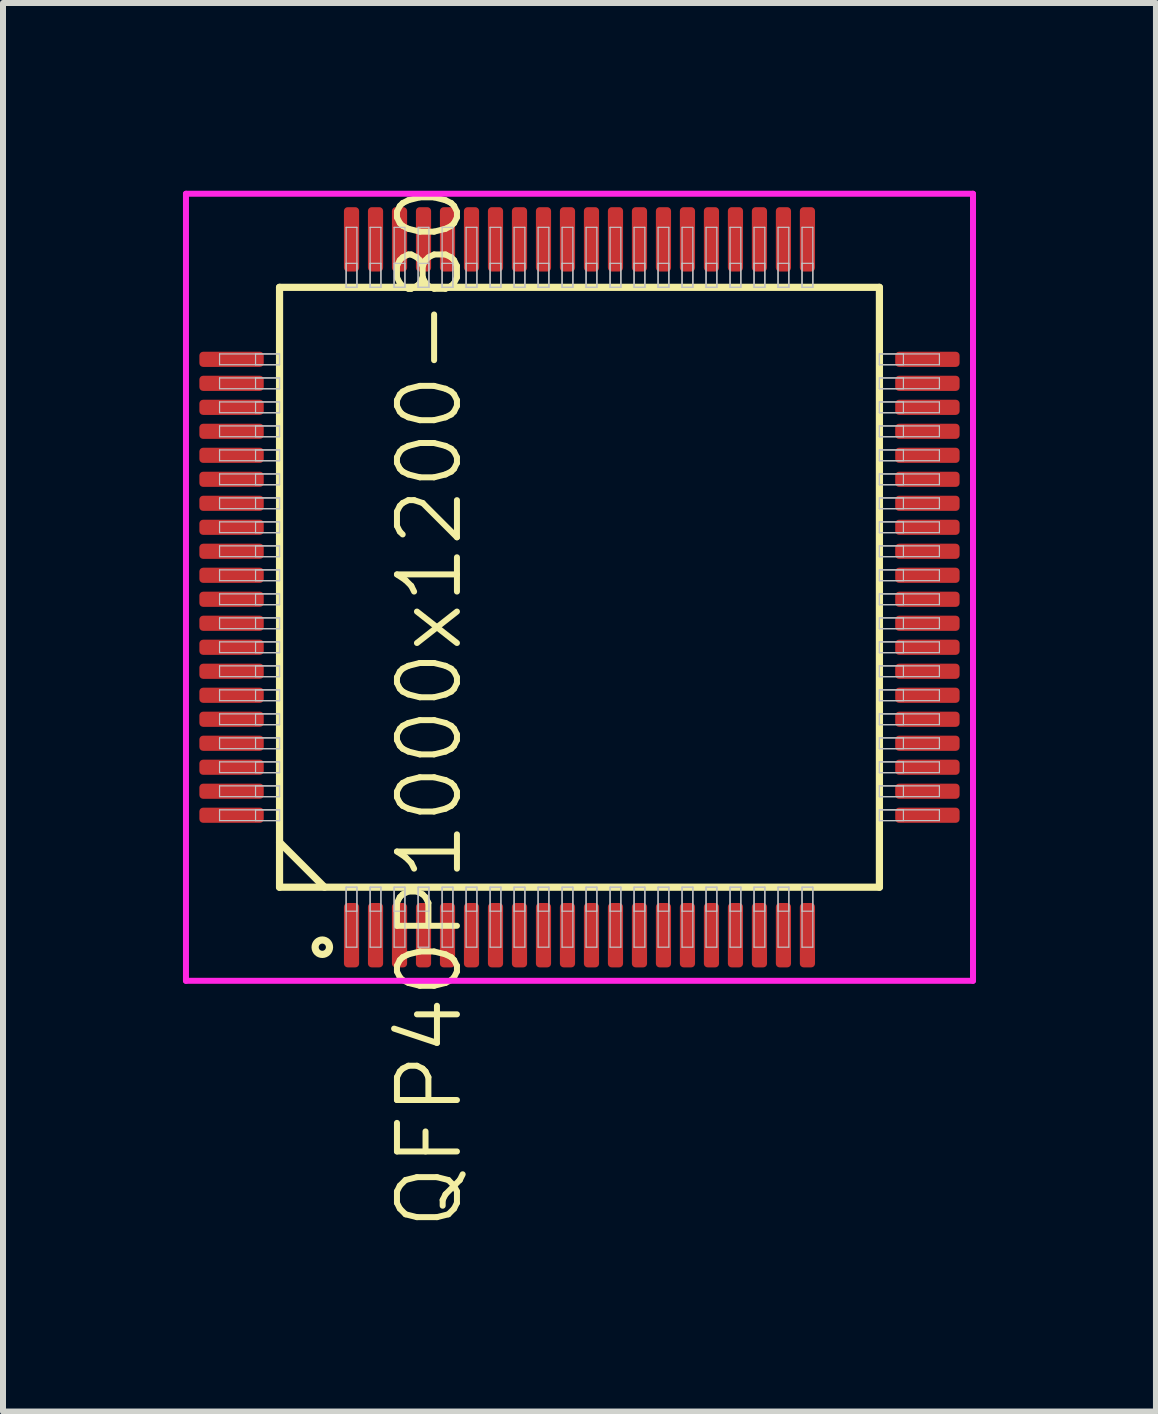
<source format=kicad_pcb>
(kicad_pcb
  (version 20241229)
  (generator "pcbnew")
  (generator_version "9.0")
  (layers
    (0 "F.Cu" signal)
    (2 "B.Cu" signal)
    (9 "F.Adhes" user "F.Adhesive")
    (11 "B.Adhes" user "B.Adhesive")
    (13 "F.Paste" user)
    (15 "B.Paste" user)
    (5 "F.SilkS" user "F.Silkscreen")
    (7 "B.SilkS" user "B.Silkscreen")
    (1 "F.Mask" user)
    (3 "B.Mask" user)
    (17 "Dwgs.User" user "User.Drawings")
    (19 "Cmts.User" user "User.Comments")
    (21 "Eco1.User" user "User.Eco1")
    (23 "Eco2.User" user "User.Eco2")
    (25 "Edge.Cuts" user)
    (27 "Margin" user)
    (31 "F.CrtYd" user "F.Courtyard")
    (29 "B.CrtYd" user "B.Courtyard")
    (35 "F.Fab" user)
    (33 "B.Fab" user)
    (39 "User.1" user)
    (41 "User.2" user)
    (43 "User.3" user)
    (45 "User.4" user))
  (footprint "QFP40P1000x1200-80"
    (layer "F.Cu")
    (at 6.61 6.74)
    (property "Reference" "QFP40P1000x1200-80" (at -2.5 2 90) (layer "F.SilkS") (effects (font (size 1 1) (thickness 0.1))))
    (attr through_hole)
    (fp_line (start -5 -5) (end -5 5) (stroke (width 0.12) (type solid)) (layer "F.SilkS"))
    (fp_line (start -5 4.25) (end -4.25 5) (stroke (width 0.12) (type solid)) (layer "F.SilkS"))
    (fp_line (start -5 5) (end 5 5) (stroke (width 0.12) (type solid)) (layer "F.SilkS"))
    (fp_line (start 5 -5) (end -5 -5) (stroke (width 0.12) (type solid)) (layer "F.SilkS"))
    (fp_line (start 5 5) (end 5 -5) (stroke (width 0.12) (type solid)) (layer "F.SilkS"))
    (fp_circle (center -4.287 6) (end -4.167 6) (stroke (width 0.12) (type solid)) (fill no) (layer "F.SilkS"))
    (fp_line (start -6 -3.89) (end -6 -3.71) (stroke (width 0.02) (type solid)) (layer "Dwgs.User"))
    (fp_line (start -6 -3.71) (end -5 -3.71) (stroke (width 0.02) (type solid)) (layer "Dwgs.User"))
    (fp_line (start -6 -3.49) (end -6 -3.31) (stroke (width 0.02) (type solid)) (layer "Dwgs.User"))
    (fp_line (start -6 -3.31) (end -5 -3.31) (stroke (width 0.02) (type solid)) (layer "Dwgs.User"))
    (fp_line (start -6 -3.09) (end -6 -2.91) (stroke (width 0.02) (type solid)) (layer "Dwgs.User"))
    (fp_line (start -6 -2.91) (end -5 -2.91) (stroke (width 0.02) (type solid)) (layer "Dwgs.User"))
    (fp_line (start -6 -2.69) (end -6 -2.51) (stroke (width 0.02) (type solid)) (layer "Dwgs.User"))
    (fp_line (start -6 -2.51) (end -5 -2.51) (stroke (width 0.02) (type solid)) (layer "Dwgs.User"))
    (fp_line (start -6 -2.29) (end -6 -2.11) (stroke (width 0.02) (type solid)) (layer "Dwgs.User"))
    (fp_line (start -6 -2.11) (end -5 -2.11) (stroke (width 0.02) (type solid)) (layer "Dwgs.User"))
    (fp_line (start -6 -1.89) (end -6 -1.71) (stroke (width 0.02) (type solid)) (layer "Dwgs.User"))
    (fp_line (start -6 -1.71) (end -5 -1.71) (stroke (width 0.02) (type solid)) (layer "Dwgs.User"))
    (fp_line (start -6 -1.49) (end -6 -1.31) (stroke (width 0.02) (type solid)) (layer "Dwgs.User"))
    (fp_line (start -6 -1.31) (end -5 -1.31) (stroke (width 0.02) (type solid)) (layer "Dwgs.User"))
    (fp_line (start -6 -1.09) (end -6 -0.91) (stroke (width 0.02) (type solid)) (layer "Dwgs.User"))
    (fp_line (start -6 -0.91) (end -5 -0.91) (stroke (width 0.02) (type solid)) (layer "Dwgs.User"))
    (fp_line (start -6 -0.69) (end -6 -0.51) (stroke (width 0.02) (type solid)) (layer "Dwgs.User"))
    (fp_line (start -6 -0.51) (end -5 -0.51) (stroke (width 0.02) (type solid)) (layer "Dwgs.User"))
    (fp_line (start -6 -0.29) (end -6 -0.11) (stroke (width 0.02) (type solid)) (layer "Dwgs.User"))
    (fp_line (start -6 -0.11) (end -5 -0.11) (stroke (width 0.02) (type solid)) (layer "Dwgs.User"))
    (fp_line (start -6 0.11) (end -6 0.29) (stroke (width 0.02) (type solid)) (layer "Dwgs.User"))
    (fp_line (start -6 0.29) (end -5 0.29) (stroke (width 0.02) (type solid)) (layer "Dwgs.User"))
    (fp_line (start -6 0.51) (end -6 0.69) (stroke (width 0.02) (type solid)) (layer "Dwgs.User"))
    (fp_line (start -6 0.69) (end -5 0.69) (stroke (width 0.02) (type solid)) (layer "Dwgs.User"))
    (fp_line (start -6 0.91) (end -6 1.09) (stroke (width 0.02) (type solid)) (layer "Dwgs.User"))
    (fp_line (start -6 1.09) (end -5 1.09) (stroke (width 0.02) (type solid)) (layer "Dwgs.User"))
    (fp_line (start -6 1.31) (end -6 1.49) (stroke (width 0.02) (type solid)) (layer "Dwgs.User"))
    (fp_line (start -6 1.49) (end -5 1.49) (stroke (width 0.02) (type solid)) (layer "Dwgs.User"))
    (fp_line (start -6 1.71) (end -6 1.89) (stroke (width 0.02) (type solid)) (layer "Dwgs.User"))
    (fp_line (start -6 1.89) (end -5 1.89) (stroke (width 0.02) (type solid)) (layer "Dwgs.User"))
    (fp_line (start -6 2.11) (end -6 2.29) (stroke (width 0.02) (type solid)) (layer "Dwgs.User"))
    (fp_line (start -6 2.29) (end -5 2.29) (stroke (width 0.02) (type solid)) (layer "Dwgs.User"))
    (fp_line (start -6 2.51) (end -6 2.69) (stroke (width 0.02) (type solid)) (layer "Dwgs.User"))
    (fp_line (start -6 2.69) (end -5 2.69) (stroke (width 0.02) (type solid)) (layer "Dwgs.User"))
    (fp_line (start -6 2.91) (end -6 3.09) (stroke (width 0.02) (type solid)) (layer "Dwgs.User"))
    (fp_line (start -6 3.09) (end -5 3.09) (stroke (width 0.02) (type solid)) (layer "Dwgs.User"))
    (fp_line (start -6 3.31) (end -6 3.49) (stroke (width 0.02) (type solid)) (layer "Dwgs.User"))
    (fp_line (start -6 3.49) (end -5 3.49) (stroke (width 0.02) (type solid)) (layer "Dwgs.User"))
    (fp_line (start -6 3.71) (end -6 3.89) (stroke (width 0.02) (type solid)) (layer "Dwgs.User"))
    (fp_line (start -6 3.89) (end -5 3.89) (stroke (width 0.02) (type solid)) (layer "Dwgs.User"))
    (fp_line (start -5.4 -3.89) (end -5.4 -3.71) (stroke (width 0.02) (type solid)) (layer "Dwgs.User"))
    (fp_line (start -5.4 -3.71) (end -5 -3.71) (stroke (width 0.02) (type solid)) (layer "Dwgs.User"))
    (fp_line (start -5.4 -3.49) (end -5.4 -3.31) (stroke (width 0.02) (type solid)) (layer "Dwgs.User"))
    (fp_line (start -5.4 -3.31) (end -5 -3.31) (stroke (width 0.02) (type solid)) (layer "Dwgs.User"))
    (fp_line (start -5.4 -3.09) (end -5.4 -2.91) (stroke (width 0.02) (type solid)) (layer "Dwgs.User"))
    (fp_line (start -5.4 -2.91) (end -5 -2.91) (stroke (width 0.02) (type solid)) (layer "Dwgs.User"))
    (fp_line (start -5.4 -2.69) (end -5.4 -2.51) (stroke (width 0.02) (type solid)) (layer "Dwgs.User"))
    (fp_line (start -5.4 -2.51) (end -5 -2.51) (stroke (width 0.02) (type solid)) (layer "Dwgs.User"))
    (fp_line (start -5.4 -2.29) (end -5.4 -2.11) (stroke (width 0.02) (type solid)) (layer "Dwgs.User"))
    (fp_line (start -5.4 -2.11) (end -5 -2.11) (stroke (width 0.02) (type solid)) (layer "Dwgs.User"))
    (fp_line (start -5.4 -1.89) (end -5.4 -1.71) (stroke (width 0.02) (type solid)) (layer "Dwgs.User"))
    (fp_line (start -5.4 -1.71) (end -5 -1.71) (stroke (width 0.02) (type solid)) (layer "Dwgs.User"))
    (fp_line (start -5.4 -1.49) (end -5.4 -1.31) (stroke (width 0.02) (type solid)) (layer "Dwgs.User"))
    (fp_line (start -5.4 -1.31) (end -5 -1.31) (stroke (width 0.02) (type solid)) (layer "Dwgs.User"))
    (fp_line (start -5.4 -1.09) (end -5.4 -0.91) (stroke (width 0.02) (type solid)) (layer "Dwgs.User"))
    (fp_line (start -5.4 -0.91) (end -5 -0.91) (stroke (width 0.02) (type solid)) (layer "Dwgs.User"))
    (fp_line (start -5.4 -0.69) (end -5.4 -0.51) (stroke (width 0.02) (type solid)) (layer "Dwgs.User"))
    (fp_line (start -5.4 -0.51) (end -5 -0.51) (stroke (width 0.02) (type solid)) (layer "Dwgs.User"))
    (fp_line (start -5.4 -0.29) (end -5.4 -0.11) (stroke (width 0.02) (type solid)) (layer "Dwgs.User"))
    (fp_line (start -5.4 -0.11) (end -5 -0.11) (stroke (width 0.02) (type solid)) (layer "Dwgs.User"))
    (fp_line (start -5.4 0.11) (end -5.4 0.29) (stroke (width 0.02) (type solid)) (layer "Dwgs.User"))
    (fp_line (start -5.4 0.29) (end -5 0.29) (stroke (width 0.02) (type solid)) (layer "Dwgs.User"))
    (fp_line (start -5.4 0.51) (end -5.4 0.69) (stroke (width 0.02) (type solid)) (layer "Dwgs.User"))
    (fp_line (start -5.4 0.69) (end -5 0.69) (stroke (width 0.02) (type solid)) (layer "Dwgs.User"))
    (fp_line (start -5.4 0.91) (end -5.4 1.09) (stroke (width 0.02) (type solid)) (layer "Dwgs.User"))
    (fp_line (start -5.4 1.09) (end -5 1.09) (stroke (width 0.02) (type solid)) (layer "Dwgs.User"))
    (fp_line (start -5.4 1.31) (end -5.4 1.49) (stroke (width 0.02) (type solid)) (layer "Dwgs.User"))
    (fp_line (start -5.4 1.49) (end -5 1.49) (stroke (width 0.02) (type solid)) (layer "Dwgs.User"))
    (fp_line (start -5.4 1.71) (end -5.4 1.89) (stroke (width 0.02) (type solid)) (layer "Dwgs.User"))
    (fp_line (start -5.4 1.89) (end -5 1.89) (stroke (width 0.02) (type solid)) (layer "Dwgs.User"))
    (fp_line (start -5.4 2.11) (end -5.4 2.29) (stroke (width 0.02) (type solid)) (layer "Dwgs.User"))
    (fp_line (start -5.4 2.29) (end -5 2.29) (stroke (width 0.02) (type solid)) (layer "Dwgs.User"))
    (fp_line (start -5.4 2.51) (end -5.4 2.69) (stroke (width 0.02) (type solid)) (layer "Dwgs.User"))
    (fp_line (start -5.4 2.69) (end -5 2.69) (stroke (width 0.02) (type solid)) (layer "Dwgs.User"))
    (fp_line (start -5.4 2.91) (end -5.4 3.09) (stroke (width 0.02) (type solid)) (layer "Dwgs.User"))
    (fp_line (start -5.4 3.09) (end -5 3.09) (stroke (width 0.02) (type solid)) (layer "Dwgs.User"))
    (fp_line (start -5.4 3.31) (end -5.4 3.49) (stroke (width 0.02) (type solid)) (layer "Dwgs.User"))
    (fp_line (start -5.4 3.49) (end -5 3.49) (stroke (width 0.02) (type solid)) (layer "Dwgs.User"))
    (fp_line (start -5.4 3.71) (end -5.4 3.89) (stroke (width 0.02) (type solid)) (layer "Dwgs.User"))
    (fp_line (start -5.4 3.89) (end -5 3.89) (stroke (width 0.02) (type solid)) (layer "Dwgs.User"))
    (fp_line (start -5 -3.89) (end -6 -3.89) (stroke (width 0.02) (type solid)) (layer "Dwgs.User"))
    (fp_line (start -5 -3.89) (end -5.4 -3.89) (stroke (width 0.02) (type solid)) (layer "Dwgs.User"))
    (fp_line (start -5 -3.71) (end -5 -3.89) (stroke (width 0.02) (type solid)) (layer "Dwgs.User"))
    (fp_line (start -5 -3.71) (end -5 -3.89) (stroke (width 0.02) (type solid)) (layer "Dwgs.User"))
    (fp_line (start -5 -3.49) (end -6 -3.49) (stroke (width 0.02) (type solid)) (layer "Dwgs.User"))
    (fp_line (start -5 -3.49) (end -5.4 -3.49) (stroke (width 0.02) (type solid)) (layer "Dwgs.User"))
    (fp_line (start -5 -3.31) (end -5 -3.49) (stroke (width 0.02) (type solid)) (layer "Dwgs.User"))
    (fp_line (start -5 -3.31) (end -5 -3.49) (stroke (width 0.02) (type solid)) (layer "Dwgs.User"))
    (fp_line (start -5 -3.09) (end -6 -3.09) (stroke (width 0.02) (type solid)) (layer "Dwgs.User"))
    (fp_line (start -5 -3.09) (end -5.4 -3.09) (stroke (width 0.02) (type solid)) (layer "Dwgs.User"))
    (fp_line (start -5 -2.91) (end -5 -3.09) (stroke (width 0.02) (type solid)) (layer "Dwgs.User"))
    (fp_line (start -5 -2.91) (end -5 -3.09) (stroke (width 0.02) (type solid)) (layer "Dwgs.User"))
    (fp_line (start -5 -2.69) (end -6 -2.69) (stroke (width 0.02) (type solid)) (layer "Dwgs.User"))
    (fp_line (start -5 -2.69) (end -5.4 -2.69) (stroke (width 0.02) (type solid)) (layer "Dwgs.User"))
    (fp_line (start -5 -2.51) (end -5 -2.69) (stroke (width 0.02) (type solid)) (layer "Dwgs.User"))
    (fp_line (start -5 -2.51) (end -5 -2.69) (stroke (width 0.02) (type solid)) (layer "Dwgs.User"))
    (fp_line (start -5 -2.29) (end -6 -2.29) (stroke (width 0.02) (type solid)) (layer "Dwgs.User"))
    (fp_line (start -5 -2.29) (end -5.4 -2.29) (stroke (width 0.02) (type solid)) (layer "Dwgs.User"))
    (fp_line (start -5 -2.11) (end -5 -2.29) (stroke (width 0.02) (type solid)) (layer "Dwgs.User"))
    (fp_line (start -5 -2.11) (end -5 -2.29) (stroke (width 0.02) (type solid)) (layer "Dwgs.User"))
    (fp_line (start -5 -1.89) (end -6 -1.89) (stroke (width 0.02) (type solid)) (layer "Dwgs.User"))
    (fp_line (start -5 -1.89) (end -5.4 -1.89) (stroke (width 0.02) (type solid)) (layer "Dwgs.User"))
    (fp_line (start -5 -1.71) (end -5 -1.89) (stroke (width 0.02) (type solid)) (layer "Dwgs.User"))
    (fp_line (start -5 -1.71) (end -5 -1.89) (stroke (width 0.02) (type solid)) (layer "Dwgs.User"))
    (fp_line (start -5 -1.49) (end -6 -1.49) (stroke (width 0.02) (type solid)) (layer "Dwgs.User"))
    (fp_line (start -5 -1.49) (end -5.4 -1.49) (stroke (width 0.02) (type solid)) (layer "Dwgs.User"))
    (fp_line (start -5 -1.31) (end -5 -1.49) (stroke (width 0.02) (type solid)) (layer "Dwgs.User"))
    (fp_line (start -5 -1.31) (end -5 -1.49) (stroke (width 0.02) (type solid)) (layer "Dwgs.User"))
    (fp_line (start -5 -1.09) (end -6 -1.09) (stroke (width 0.02) (type solid)) (layer "Dwgs.User"))
    (fp_line (start -5 -1.09) (end -5.4 -1.09) (stroke (width 0.02) (type solid)) (layer "Dwgs.User"))
    (fp_line (start -5 -0.91) (end -5 -1.09) (stroke (width 0.02) (type solid)) (layer "Dwgs.User"))
    (fp_line (start -5 -0.91) (end -5 -1.09) (stroke (width 0.02) (type solid)) (layer "Dwgs.User"))
    (fp_line (start -5 -0.69) (end -6 -0.69) (stroke (width 0.02) (type solid)) (layer "Dwgs.User"))
    (fp_line (start -5 -0.69) (end -5.4 -0.69) (stroke (width 0.02) (type solid)) (layer "Dwgs.User"))
    (fp_line (start -5 -0.51) (end -5 -0.69) (stroke (width 0.02) (type solid)) (layer "Dwgs.User"))
    (fp_line (start -5 -0.51) (end -5 -0.69) (stroke (width 0.02) (type solid)) (layer "Dwgs.User"))
    (fp_line (start -5 -0.29) (end -6 -0.29) (stroke (width 0.02) (type solid)) (layer "Dwgs.User"))
    (fp_line (start -5 -0.29) (end -5.4 -0.29) (stroke (width 0.02) (type solid)) (layer "Dwgs.User"))
    (fp_line (start -5 -0.11) (end -5 -0.29) (stroke (width 0.02) (type solid)) (layer "Dwgs.User"))
    (fp_line (start -5 -0.11) (end -5 -0.29) (stroke (width 0.02) (type solid)) (layer "Dwgs.User"))
    (fp_line (start -5 0.11) (end -6 0.11) (stroke (width 0.02) (type solid)) (layer "Dwgs.User"))
    (fp_line (start -5 0.11) (end -5.4 0.11) (stroke (width 0.02) (type solid)) (layer "Dwgs.User"))
    (fp_line (start -5 0.29) (end -5 0.11) (stroke (width 0.02) (type solid)) (layer "Dwgs.User"))
    (fp_line (start -5 0.29) (end -5 0.11) (stroke (width 0.02) (type solid)) (layer "Dwgs.User"))
    (fp_line (start -5 0.51) (end -6 0.51) (stroke (width 0.02) (type solid)) (layer "Dwgs.User"))
    (fp_line (start -5 0.51) (end -5.4 0.51) (stroke (width 0.02) (type solid)) (layer "Dwgs.User"))
    (fp_line (start -5 0.69) (end -5 0.51) (stroke (width 0.02) (type solid)) (layer "Dwgs.User"))
    (fp_line (start -5 0.69) (end -5 0.51) (stroke (width 0.02) (type solid)) (layer "Dwgs.User"))
    (fp_line (start -5 0.91) (end -6 0.91) (stroke (width 0.02) (type solid)) (layer "Dwgs.User"))
    (fp_line (start -5 0.91) (end -5.4 0.91) (stroke (width 0.02) (type solid)) (layer "Dwgs.User"))
    (fp_line (start -5 1.09) (end -5 0.91) (stroke (width 0.02) (type solid)) (layer "Dwgs.User"))
    (fp_line (start -5 1.09) (end -5 0.91) (stroke (width 0.02) (type solid)) (layer "Dwgs.User"))
    (fp_line (start -5 1.31) (end -6 1.31) (stroke (width 0.02) (type solid)) (layer "Dwgs.User"))
    (fp_line (start -5 1.31) (end -5.4 1.31) (stroke (width 0.02) (type solid)) (layer "Dwgs.User"))
    (fp_line (start -5 1.49) (end -5 1.31) (stroke (width 0.02) (type solid)) (layer "Dwgs.User"))
    (fp_line (start -5 1.49) (end -5 1.31) (stroke (width 0.02) (type solid)) (layer "Dwgs.User"))
    (fp_line (start -5 1.71) (end -6 1.71) (stroke (width 0.02) (type solid)) (layer "Dwgs.User"))
    (fp_line (start -5 1.71) (end -5.4 1.71) (stroke (width 0.02) (type solid)) (layer "Dwgs.User"))
    (fp_line (start -5 1.89) (end -5 1.71) (stroke (width 0.02) (type solid)) (layer "Dwgs.User"))
    (fp_line (start -5 1.89) (end -5 1.71) (stroke (width 0.02) (type solid)) (layer "Dwgs.User"))
    (fp_line (start -5 2.11) (end -6 2.11) (stroke (width 0.02) (type solid)) (layer "Dwgs.User"))
    (fp_line (start -5 2.11) (end -5.4 2.11) (stroke (width 0.02) (type solid)) (layer "Dwgs.User"))
    (fp_line (start -5 2.29) (end -5 2.11) (stroke (width 0.02) (type solid)) (layer "Dwgs.User"))
    (fp_line (start -5 2.29) (end -5 2.11) (stroke (width 0.02) (type solid)) (layer "Dwgs.User"))
    (fp_line (start -5 2.51) (end -6 2.51) (stroke (width 0.02) (type solid)) (layer "Dwgs.User"))
    (fp_line (start -5 2.51) (end -5.4 2.51) (stroke (width 0.02) (type solid)) (layer "Dwgs.User"))
    (fp_line (start -5 2.69) (end -5 2.51) (stroke (width 0.02) (type solid)) (layer "Dwgs.User"))
    (fp_line (start -5 2.69) (end -5 2.51) (stroke (width 0.02) (type solid)) (layer "Dwgs.User"))
    (fp_line (start -5 2.91) (end -6 2.91) (stroke (width 0.02) (type solid)) (layer "Dwgs.User"))
    (fp_line (start -5 2.91) (end -5.4 2.91) (stroke (width 0.02) (type solid)) (layer "Dwgs.User"))
    (fp_line (start -5 3.09) (end -5 2.91) (stroke (width 0.02) (type solid)) (layer "Dwgs.User"))
    (fp_line (start -5 3.09) (end -5 2.91) (stroke (width 0.02) (type solid)) (layer "Dwgs.User"))
    (fp_line (start -5 3.31) (end -6 3.31) (stroke (width 0.02) (type solid)) (layer "Dwgs.User"))
    (fp_line (start -5 3.31) (end -5.4 3.31) (stroke (width 0.02) (type solid)) (layer "Dwgs.User"))
    (fp_line (start -5 3.49) (end -5 3.31) (stroke (width 0.02) (type solid)) (layer "Dwgs.User"))
    (fp_line (start -5 3.49) (end -5 3.31) (stroke (width 0.02) (type solid)) (layer "Dwgs.User"))
    (fp_line (start -5 3.71) (end -6 3.71) (stroke (width 0.02) (type solid)) (layer "Dwgs.User"))
    (fp_line (start -5 3.71) (end -5.4 3.71) (stroke (width 0.02) (type solid)) (layer "Dwgs.User"))
    (fp_line (start -5 3.89) (end -5 3.71) (stroke (width 0.02) (type solid)) (layer "Dwgs.User"))
    (fp_line (start -5 3.89) (end -5 3.71) (stroke (width 0.02) (type solid)) (layer "Dwgs.User"))
    (fp_line (start -3.89 -6) (end -3.89 -5) (stroke (width 0.02) (type solid)) (layer "Dwgs.User"))
    (fp_line (start -3.89 -5.4) (end -3.89 -5) (stroke (width 0.02) (type solid)) (layer "Dwgs.User"))
    (fp_line (start -3.89 -5) (end -3.71 -5) (stroke (width 0.02) (type solid)) (layer "Dwgs.User"))
    (fp_line (start -3.89 -5) (end -3.71 -5) (stroke (width 0.02) (type solid)) (layer "Dwgs.User"))
    (fp_line (start -3.89 5) (end -3.71 5) (stroke (width 0.02) (type solid)) (layer "Dwgs.User"))
    (fp_line (start -3.89 5) (end -3.71 5) (stroke (width 0.02) (type solid)) (layer "Dwgs.User"))
    (fp_line (start -3.89 5.4) (end -3.89 5) (stroke (width 0.02) (type solid)) (layer "Dwgs.User"))
    (fp_line (start -3.89 6) (end -3.89 5) (stroke (width 0.02) (type solid)) (layer "Dwgs.User"))
    (fp_line (start -3.71 -6) (end -3.89 -6) (stroke (width 0.02) (type solid)) (layer "Dwgs.User"))
    (fp_line (start -3.71 -5.4) (end -3.89 -5.4) (stroke (width 0.02) (type solid)) (layer "Dwgs.User"))
    (fp_line (start -3.71 -5) (end -3.71 -6) (stroke (width 0.02) (type solid)) (layer "Dwgs.User"))
    (fp_line (start -3.71 -5) (end -3.71 -5.4) (stroke (width 0.02) (type solid)) (layer "Dwgs.User"))
    (fp_line (start -3.71 5) (end -3.71 5.4) (stroke (width 0.02) (type solid)) (layer "Dwgs.User"))
    (fp_line (start -3.71 5) (end -3.71 6) (stroke (width 0.02) (type solid)) (layer "Dwgs.User"))
    (fp_line (start -3.71 5.4) (end -3.89 5.4) (stroke (width 0.02) (type solid)) (layer "Dwgs.User"))
    (fp_line (start -3.71 6) (end -3.89 6) (stroke (width 0.02) (type solid)) (layer "Dwgs.User"))
    (fp_line (start -3.49 -6) (end -3.49 -5) (stroke (width 0.02) (type solid)) (layer "Dwgs.User"))
    (fp_line (start -3.49 -5.4) (end -3.49 -5) (stroke (width 0.02) (type solid)) (layer "Dwgs.User"))
    (fp_line (start -3.49 -5) (end -3.31 -5) (stroke (width 0.02) (type solid)) (layer "Dwgs.User"))
    (fp_line (start -3.49 -5) (end -3.31 -5) (stroke (width 0.02) (type solid)) (layer "Dwgs.User"))
    (fp_line (start -3.49 5) (end -3.31 5) (stroke (width 0.02) (type solid)) (layer "Dwgs.User"))
    (fp_line (start -3.49 5) (end -3.31 5) (stroke (width 0.02) (type solid)) (layer "Dwgs.User"))
    (fp_line (start -3.49 5.4) (end -3.49 5) (stroke (width 0.02) (type solid)) (layer "Dwgs.User"))
    (fp_line (start -3.49 6) (end -3.49 5) (stroke (width 0.02) (type solid)) (layer "Dwgs.User"))
    (fp_line (start -3.31 -6) (end -3.49 -6) (stroke (width 0.02) (type solid)) (layer "Dwgs.User"))
    (fp_line (start -3.31 -5.4) (end -3.49 -5.4) (stroke (width 0.02) (type solid)) (layer "Dwgs.User"))
    (fp_line (start -3.31 -5) (end -3.31 -6) (stroke (width 0.02) (type solid)) (layer "Dwgs.User"))
    (fp_line (start -3.31 -5) (end -3.31 -5.4) (stroke (width 0.02) (type solid)) (layer "Dwgs.User"))
    (fp_line (start -3.31 5) (end -3.31 5.4) (stroke (width 0.02) (type solid)) (layer "Dwgs.User"))
    (fp_line (start -3.31 5) (end -3.31 6) (stroke (width 0.02) (type solid)) (layer "Dwgs.User"))
    (fp_line (start -3.31 5.4) (end -3.49 5.4) (stroke (width 0.02) (type solid)) (layer "Dwgs.User"))
    (fp_line (start -3.31 6) (end -3.49 6) (stroke (width 0.02) (type solid)) (layer "Dwgs.User"))
    (fp_line (start -3.09 -6) (end -3.09 -5) (stroke (width 0.02) (type solid)) (layer "Dwgs.User"))
    (fp_line (start -3.09 -5.4) (end -3.09 -5) (stroke (width 0.02) (type solid)) (layer "Dwgs.User"))
    (fp_line (start -3.09 -5) (end -2.91 -5) (stroke (width 0.02) (type solid)) (layer "Dwgs.User"))
    (fp_line (start -3.09 -5) (end -2.91 -5) (stroke (width 0.02) (type solid)) (layer "Dwgs.User"))
    (fp_line (start -3.09 5) (end -2.91 5) (stroke (width 0.02) (type solid)) (layer "Dwgs.User"))
    (fp_line (start -3.09 5) (end -2.91 5) (stroke (width 0.02) (type solid)) (layer "Dwgs.User"))
    (fp_line (start -3.09 5.4) (end -3.09 5) (stroke (width 0.02) (type solid)) (layer "Dwgs.User"))
    (fp_line (start -3.09 6) (end -3.09 5) (stroke (width 0.02) (type solid)) (layer "Dwgs.User"))
    (fp_line (start -2.91 -6) (end -3.09 -6) (stroke (width 0.02) (type solid)) (layer "Dwgs.User"))
    (fp_line (start -2.91 -5.4) (end -3.09 -5.4) (stroke (width 0.02) (type solid)) (layer "Dwgs.User"))
    (fp_line (start -2.91 -5) (end -2.91 -6) (stroke (width 0.02) (type solid)) (layer "Dwgs.User"))
    (fp_line (start -2.91 -5) (end -2.91 -5.4) (stroke (width 0.02) (type solid)) (layer "Dwgs.User"))
    (fp_line (start -2.91 5) (end -2.91 5.4) (stroke (width 0.02) (type solid)) (layer "Dwgs.User"))
    (fp_line (start -2.91 5) (end -2.91 6) (stroke (width 0.02) (type solid)) (layer "Dwgs.User"))
    (fp_line (start -2.91 5.4) (end -3.09 5.4) (stroke (width 0.02) (type solid)) (layer "Dwgs.User"))
    (fp_line (start -2.91 6) (end -3.09 6) (stroke (width 0.02) (type solid)) (layer "Dwgs.User"))
    (fp_line (start -2.69 -6) (end -2.69 -5) (stroke (width 0.02) (type solid)) (layer "Dwgs.User"))
    (fp_line (start -2.69 -5.4) (end -2.69 -5) (stroke (width 0.02) (type solid)) (layer "Dwgs.User"))
    (fp_line (start -2.69 -5) (end -2.51 -5) (stroke (width 0.02) (type solid)) (layer "Dwgs.User"))
    (fp_line (start -2.69 -5) (end -2.51 -5) (stroke (width 0.02) (type solid)) (layer "Dwgs.User"))
    (fp_line (start -2.69 5) (end -2.51 5) (stroke (width 0.02) (type solid)) (layer "Dwgs.User"))
    (fp_line (start -2.69 5) (end -2.51 5) (stroke (width 0.02) (type solid)) (layer "Dwgs.User"))
    (fp_line (start -2.69 5.4) (end -2.69 5) (stroke (width 0.02) (type solid)) (layer "Dwgs.User"))
    (fp_line (start -2.69 6) (end -2.69 5) (stroke (width 0.02) (type solid)) (layer "Dwgs.User"))
    (fp_line (start -2.51 -6) (end -2.69 -6) (stroke (width 0.02) (type solid)) (layer "Dwgs.User"))
    (fp_line (start -2.51 -5.4) (end -2.69 -5.4) (stroke (width 0.02) (type solid)) (layer "Dwgs.User"))
    (fp_line (start -2.51 -5) (end -2.51 -6) (stroke (width 0.02) (type solid)) (layer "Dwgs.User"))
    (fp_line (start -2.51 -5) (end -2.51 -5.4) (stroke (width 0.02) (type solid)) (layer "Dwgs.User"))
    (fp_line (start -2.51 5) (end -2.51 5.4) (stroke (width 0.02) (type solid)) (layer "Dwgs.User"))
    (fp_line (start -2.51 5) (end -2.51 6) (stroke (width 0.02) (type solid)) (layer "Dwgs.User"))
    (fp_line (start -2.51 5.4) (end -2.69 5.4) (stroke (width 0.02) (type solid)) (layer "Dwgs.User"))
    (fp_line (start -2.51 6) (end -2.69 6) (stroke (width 0.02) (type solid)) (layer "Dwgs.User"))
    (fp_line (start -2.29 -6) (end -2.29 -5) (stroke (width 0.02) (type solid)) (layer "Dwgs.User"))
    (fp_line (start -2.29 -5.4) (end -2.29 -5) (stroke (width 0.02) (type solid)) (layer "Dwgs.User"))
    (fp_line (start -2.29 -5) (end -2.11 -5) (stroke (width 0.02) (type solid)) (layer "Dwgs.User"))
    (fp_line (start -2.29 -5) (end -2.11 -5) (stroke (width 0.02) (type solid)) (layer "Dwgs.User"))
    (fp_line (start -2.29 5) (end -2.11 5) (stroke (width 0.02) (type solid)) (layer "Dwgs.User"))
    (fp_line (start -2.29 5) (end -2.11 5) (stroke (width 0.02) (type solid)) (layer "Dwgs.User"))
    (fp_line (start -2.29 5.4) (end -2.29 5) (stroke (width 0.02) (type solid)) (layer "Dwgs.User"))
    (fp_line (start -2.29 6) (end -2.29 5) (stroke (width 0.02) (type solid)) (layer "Dwgs.User"))
    (fp_line (start -2.11 -6) (end -2.29 -6) (stroke (width 0.02) (type solid)) (layer "Dwgs.User"))
    (fp_line (start -2.11 -5.4) (end -2.29 -5.4) (stroke (width 0.02) (type solid)) (layer "Dwgs.User"))
    (fp_line (start -2.11 -5) (end -2.11 -6) (stroke (width 0.02) (type solid)) (layer "Dwgs.User"))
    (fp_line (start -2.11 -5) (end -2.11 -5.4) (stroke (width 0.02) (type solid)) (layer "Dwgs.User"))
    (fp_line (start -2.11 5) (end -2.11 5.4) (stroke (width 0.02) (type solid)) (layer "Dwgs.User"))
    (fp_line (start -2.11 5) (end -2.11 6) (stroke (width 0.02) (type solid)) (layer "Dwgs.User"))
    (fp_line (start -2.11 5.4) (end -2.29 5.4) (stroke (width 0.02) (type solid)) (layer "Dwgs.User"))
    (fp_line (start -2.11 6) (end -2.29 6) (stroke (width 0.02) (type solid)) (layer "Dwgs.User"))
    (fp_line (start -1.89 -6) (end -1.89 -5) (stroke (width 0.02) (type solid)) (layer "Dwgs.User"))
    (fp_line (start -1.89 -5.4) (end -1.89 -5) (stroke (width 0.02) (type solid)) (layer "Dwgs.User"))
    (fp_line (start -1.89 -5) (end -1.71 -5) (stroke (width 0.02) (type solid)) (layer "Dwgs.User"))
    (fp_line (start -1.89 -5) (end -1.71 -5) (stroke (width 0.02) (type solid)) (layer "Dwgs.User"))
    (fp_line (start -1.89 5) (end -1.71 5) (stroke (width 0.02) (type solid)) (layer "Dwgs.User"))
    (fp_line (start -1.89 5) (end -1.71 5) (stroke (width 0.02) (type solid)) (layer "Dwgs.User"))
    (fp_line (start -1.89 5.4) (end -1.89 5) (stroke (width 0.02) (type solid)) (layer "Dwgs.User"))
    (fp_line (start -1.89 6) (end -1.89 5) (stroke (width 0.02) (type solid)) (layer "Dwgs.User"))
    (fp_line (start -1.71 -6) (end -1.89 -6) (stroke (width 0.02) (type solid)) (layer "Dwgs.User"))
    (fp_line (start -1.71 -5.4) (end -1.89 -5.4) (stroke (width 0.02) (type solid)) (layer "Dwgs.User"))
    (fp_line (start -1.71 -5) (end -1.71 -6) (stroke (width 0.02) (type solid)) (layer "Dwgs.User"))
    (fp_line (start -1.71 -5) (end -1.71 -5.4) (stroke (width 0.02) (type solid)) (layer "Dwgs.User"))
    (fp_line (start -1.71 5) (end -1.71 5.4) (stroke (width 0.02) (type solid)) (layer "Dwgs.User"))
    (fp_line (start -1.71 5) (end -1.71 6) (stroke (width 0.02) (type solid)) (layer "Dwgs.User"))
    (fp_line (start -1.71 5.4) (end -1.89 5.4) (stroke (width 0.02) (type solid)) (layer "Dwgs.User"))
    (fp_line (start -1.71 6) (end -1.89 6) (stroke (width 0.02) (type solid)) (layer "Dwgs.User"))
    (fp_line (start -1.49 -6) (end -1.49 -5) (stroke (width 0.02) (type solid)) (layer "Dwgs.User"))
    (fp_line (start -1.49 -5.4) (end -1.49 -5) (stroke (width 0.02) (type solid)) (layer "Dwgs.User"))
    (fp_line (start -1.49 -5) (end -1.31 -5) (stroke (width 0.02) (type solid)) (layer "Dwgs.User"))
    (fp_line (start -1.49 -5) (end -1.31 -5) (stroke (width 0.02) (type solid)) (layer "Dwgs.User"))
    (fp_line (start -1.49 5) (end -1.31 5) (stroke (width 0.02) (type solid)) (layer "Dwgs.User"))
    (fp_line (start -1.49 5) (end -1.31 5) (stroke (width 0.02) (type solid)) (layer "Dwgs.User"))
    (fp_line (start -1.49 5.4) (end -1.49 5) (stroke (width 0.02) (type solid)) (layer "Dwgs.User"))
    (fp_line (start -1.49 6) (end -1.49 5) (stroke (width 0.02) (type solid)) (layer "Dwgs.User"))
    (fp_line (start -1.31 -6) (end -1.49 -6) (stroke (width 0.02) (type solid)) (layer "Dwgs.User"))
    (fp_line (start -1.31 -5.4) (end -1.49 -5.4) (stroke (width 0.02) (type solid)) (layer "Dwgs.User"))
    (fp_line (start -1.31 -5) (end -1.31 -6) (stroke (width 0.02) (type solid)) (layer "Dwgs.User"))
    (fp_line (start -1.31 -5) (end -1.31 -5.4) (stroke (width 0.02) (type solid)) (layer "Dwgs.User"))
    (fp_line (start -1.31 5) (end -1.31 5.4) (stroke (width 0.02) (type solid)) (layer "Dwgs.User"))
    (fp_line (start -1.31 5) (end -1.31 6) (stroke (width 0.02) (type solid)) (layer "Dwgs.User"))
    (fp_line (start -1.31 5.4) (end -1.49 5.4) (stroke (width 0.02) (type solid)) (layer "Dwgs.User"))
    (fp_line (start -1.31 6) (end -1.49 6) (stroke (width 0.02) (type solid)) (layer "Dwgs.User"))
    (fp_line (start -1.09 -6) (end -1.09 -5) (stroke (width 0.02) (type solid)) (layer "Dwgs.User"))
    (fp_line (start -1.09 -5.4) (end -1.09 -5) (stroke (width 0.02) (type solid)) (layer "Dwgs.User"))
    (fp_line (start -1.09 -5) (end -0.91 -5) (stroke (width 0.02) (type solid)) (layer "Dwgs.User"))
    (fp_line (start -1.09 -5) (end -0.91 -5) (stroke (width 0.02) (type solid)) (layer "Dwgs.User"))
    (fp_line (start -1.09 5) (end -0.91 5) (stroke (width 0.02) (type solid)) (layer "Dwgs.User"))
    (fp_line (start -1.09 5) (end -0.91 5) (stroke (width 0.02) (type solid)) (layer "Dwgs.User"))
    (fp_line (start -1.09 5.4) (end -1.09 5) (stroke (width 0.02) (type solid)) (layer "Dwgs.User"))
    (fp_line (start -1.09 6) (end -1.09 5) (stroke (width 0.02) (type solid)) (layer "Dwgs.User"))
    (fp_line (start -0.91 -6) (end -1.09 -6) (stroke (width 0.02) (type solid)) (layer "Dwgs.User"))
    (fp_line (start -0.91 -5.4) (end -1.09 -5.4) (stroke (width 0.02) (type solid)) (layer "Dwgs.User"))
    (fp_line (start -0.91 -5) (end -0.91 -6) (stroke (width 0.02) (type solid)) (layer "Dwgs.User"))
    (fp_line (start -0.91 -5) (end -0.91 -5.4) (stroke (width 0.02) (type solid)) (layer "Dwgs.User"))
    (fp_line (start -0.91 5) (end -0.91 5.4) (stroke (width 0.02) (type solid)) (layer "Dwgs.User"))
    (fp_line (start -0.91 5) (end -0.91 6) (stroke (width 0.02) (type solid)) (layer "Dwgs.User"))
    (fp_line (start -0.91 5.4) (end -1.09 5.4) (stroke (width 0.02) (type solid)) (layer "Dwgs.User"))
    (fp_line (start -0.91 6) (end -1.09 6) (stroke (width 0.02) (type solid)) (layer "Dwgs.User"))
    (fp_line (start -0.69 -6) (end -0.69 -5) (stroke (width 0.02) (type solid)) (layer "Dwgs.User"))
    (fp_line (start -0.69 -5.4) (end -0.69 -5) (stroke (width 0.02) (type solid)) (layer "Dwgs.User"))
    (fp_line (start -0.69 -5) (end -0.51 -5) (stroke (width 0.02) (type solid)) (layer "Dwgs.User"))
    (fp_line (start -0.69 -5) (end -0.51 -5) (stroke (width 0.02) (type solid)) (layer "Dwgs.User"))
    (fp_line (start -0.69 5) (end -0.51 5) (stroke (width 0.02) (type solid)) (layer "Dwgs.User"))
    (fp_line (start -0.69 5) (end -0.51 5) (stroke (width 0.02) (type solid)) (layer "Dwgs.User"))
    (fp_line (start -0.69 5.4) (end -0.69 5) (stroke (width 0.02) (type solid)) (layer "Dwgs.User"))
    (fp_line (start -0.69 6) (end -0.69 5) (stroke (width 0.02) (type solid)) (layer "Dwgs.User"))
    (fp_line (start -0.51 -6) (end -0.69 -6) (stroke (width 0.02) (type solid)) (layer "Dwgs.User"))
    (fp_line (start -0.51 -5.4) (end -0.69 -5.4) (stroke (width 0.02) (type solid)) (layer "Dwgs.User"))
    (fp_line (start -0.51 -5) (end -0.51 -6) (stroke (width 0.02) (type solid)) (layer "Dwgs.User"))
    (fp_line (start -0.51 -5) (end -0.51 -5.4) (stroke (width 0.02) (type solid)) (layer "Dwgs.User"))
    (fp_line (start -0.51 5) (end -0.51 5.4) (stroke (width 0.02) (type solid)) (layer "Dwgs.User"))
    (fp_line (start -0.51 5) (end -0.51 6) (stroke (width 0.02) (type solid)) (layer "Dwgs.User"))
    (fp_line (start -0.51 5.4) (end -0.69 5.4) (stroke (width 0.02) (type solid)) (layer "Dwgs.User"))
    (fp_line (start -0.51 6) (end -0.69 6) (stroke (width 0.02) (type solid)) (layer "Dwgs.User"))
    (fp_line (start -0.29 -6) (end -0.29 -5) (stroke (width 0.02) (type solid)) (layer "Dwgs.User"))
    (fp_line (start -0.29 -5.4) (end -0.29 -5) (stroke (width 0.02) (type solid)) (layer "Dwgs.User"))
    (fp_line (start -0.29 -5) (end -0.11 -5) (stroke (width 0.02) (type solid)) (layer "Dwgs.User"))
    (fp_line (start -0.29 -5) (end -0.11 -5) (stroke (width 0.02) (type solid)) (layer "Dwgs.User"))
    (fp_line (start -0.29 5) (end -0.11 5) (stroke (width 0.02) (type solid)) (layer "Dwgs.User"))
    (fp_line (start -0.29 5) (end -0.11 5) (stroke (width 0.02) (type solid)) (layer "Dwgs.User"))
    (fp_line (start -0.29 5.4) (end -0.29 5) (stroke (width 0.02) (type solid)) (layer "Dwgs.User"))
    (fp_line (start -0.29 6) (end -0.29 5) (stroke (width 0.02) (type solid)) (layer "Dwgs.User"))
    (fp_line (start -0.11 -6) (end -0.29 -6) (stroke (width 0.02) (type solid)) (layer "Dwgs.User"))
    (fp_line (start -0.11 -5.4) (end -0.29 -5.4) (stroke (width 0.02) (type solid)) (layer "Dwgs.User"))
    (fp_line (start -0.11 -5) (end -0.11 -6) (stroke (width 0.02) (type solid)) (layer "Dwgs.User"))
    (fp_line (start -0.11 -5) (end -0.11 -5.4) (stroke (width 0.02) (type solid)) (layer "Dwgs.User"))
    (fp_line (start -0.11 5) (end -0.11 5.4) (stroke (width 0.02) (type solid)) (layer "Dwgs.User"))
    (fp_line (start -0.11 5) (end -0.11 6) (stroke (width 0.02) (type solid)) (layer "Dwgs.User"))
    (fp_line (start -0.11 5.4) (end -0.29 5.4) (stroke (width 0.02) (type solid)) (layer "Dwgs.User"))
    (fp_line (start -0.11 6) (end -0.29 6) (stroke (width 0.02) (type solid)) (layer "Dwgs.User"))
    (fp_line (start 0.11 -6) (end 0.11 -5) (stroke (width 0.02) (type solid)) (layer "Dwgs.User"))
    (fp_line (start 0.11 -5.4) (end 0.11 -5) (stroke (width 0.02) (type solid)) (layer "Dwgs.User"))
    (fp_line (start 0.11 -5) (end 0.29 -5) (stroke (width 0.02) (type solid)) (layer "Dwgs.User"))
    (fp_line (start 0.11 -5) (end 0.29 -5) (stroke (width 0.02) (type solid)) (layer "Dwgs.User"))
    (fp_line (start 0.11 5) (end 0.29 5) (stroke (width 0.02) (type solid)) (layer "Dwgs.User"))
    (fp_line (start 0.11 5) (end 0.29 5) (stroke (width 0.02) (type solid)) (layer "Dwgs.User"))
    (fp_line (start 0.11 5.4) (end 0.11 5) (stroke (width 0.02) (type solid)) (layer "Dwgs.User"))
    (fp_line (start 0.11 6) (end 0.11 5) (stroke (width 0.02) (type solid)) (layer "Dwgs.User"))
    (fp_line (start 0.29 -6) (end 0.11 -6) (stroke (width 0.02) (type solid)) (layer "Dwgs.User"))
    (fp_line (start 0.29 -5.4) (end 0.11 -5.4) (stroke (width 0.02) (type solid)) (layer "Dwgs.User"))
    (fp_line (start 0.29 -5) (end 0.29 -6) (stroke (width 0.02) (type solid)) (layer "Dwgs.User"))
    (fp_line (start 0.29 -5) (end 0.29 -5.4) (stroke (width 0.02) (type solid)) (layer "Dwgs.User"))
    (fp_line (start 0.29 5) (end 0.29 5.4) (stroke (width 0.02) (type solid)) (layer "Dwgs.User"))
    (fp_line (start 0.29 5) (end 0.29 6) (stroke (width 0.02) (type solid)) (layer "Dwgs.User"))
    (fp_line (start 0.29 5.4) (end 0.11 5.4) (stroke (width 0.02) (type solid)) (layer "Dwgs.User"))
    (fp_line (start 0.29 6) (end 0.11 6) (stroke (width 0.02) (type solid)) (layer "Dwgs.User"))
    (fp_line (start 0.51 -6) (end 0.51 -5) (stroke (width 0.02) (type solid)) (layer "Dwgs.User"))
    (fp_line (start 0.51 -5.4) (end 0.51 -5) (stroke (width 0.02) (type solid)) (layer "Dwgs.User"))
    (fp_line (start 0.51 -5) (end 0.69 -5) (stroke (width 0.02) (type solid)) (layer "Dwgs.User"))
    (fp_line (start 0.51 -5) (end 0.69 -5) (stroke (width 0.02) (type solid)) (layer "Dwgs.User"))
    (fp_line (start 0.51 5) (end 0.69 5) (stroke (width 0.02) (type solid)) (layer "Dwgs.User"))
    (fp_line (start 0.51 5) (end 0.69 5) (stroke (width 0.02) (type solid)) (layer "Dwgs.User"))
    (fp_line (start 0.51 5.4) (end 0.51 5) (stroke (width 0.02) (type solid)) (layer "Dwgs.User"))
    (fp_line (start 0.51 6) (end 0.51 5) (stroke (width 0.02) (type solid)) (layer "Dwgs.User"))
    (fp_line (start 0.69 -6) (end 0.51 -6) (stroke (width 0.02) (type solid)) (layer "Dwgs.User"))
    (fp_line (start 0.69 -5.4) (end 0.51 -5.4) (stroke (width 0.02) (type solid)) (layer "Dwgs.User"))
    (fp_line (start 0.69 -5) (end 0.69 -6) (stroke (width 0.02) (type solid)) (layer "Dwgs.User"))
    (fp_line (start 0.69 -5) (end 0.69 -5.4) (stroke (width 0.02) (type solid)) (layer "Dwgs.User"))
    (fp_line (start 0.69 5) (end 0.69 5.4) (stroke (width 0.02) (type solid)) (layer "Dwgs.User"))
    (fp_line (start 0.69 5) (end 0.69 6) (stroke (width 0.02) (type solid)) (layer "Dwgs.User"))
    (fp_line (start 0.69 5.4) (end 0.51 5.4) (stroke (width 0.02) (type solid)) (layer "Dwgs.User"))
    (fp_line (start 0.69 6) (end 0.51 6) (stroke (width 0.02) (type solid)) (layer "Dwgs.User"))
    (fp_line (start 0.91 -6) (end 0.91 -5) (stroke (width 0.02) (type solid)) (layer "Dwgs.User"))
    (fp_line (start 0.91 -5.4) (end 0.91 -5) (stroke (width 0.02) (type solid)) (layer "Dwgs.User"))
    (fp_line (start 0.91 -5) (end 1.09 -5) (stroke (width 0.02) (type solid)) (layer "Dwgs.User"))
    (fp_line (start 0.91 -5) (end 1.09 -5) (stroke (width 0.02) (type solid)) (layer "Dwgs.User"))
    (fp_line (start 0.91 5) (end 1.09 5) (stroke (width 0.02) (type solid)) (layer "Dwgs.User"))
    (fp_line (start 0.91 5) (end 1.09 5) (stroke (width 0.02) (type solid)) (layer "Dwgs.User"))
    (fp_line (start 0.91 5.4) (end 0.91 5) (stroke (width 0.02) (type solid)) (layer "Dwgs.User"))
    (fp_line (start 0.91 6) (end 0.91 5) (stroke (width 0.02) (type solid)) (layer "Dwgs.User"))
    (fp_line (start 1.09 -6) (end 0.91 -6) (stroke (width 0.02) (type solid)) (layer "Dwgs.User"))
    (fp_line (start 1.09 -5.4) (end 0.91 -5.4) (stroke (width 0.02) (type solid)) (layer "Dwgs.User"))
    (fp_line (start 1.09 -5) (end 1.09 -6) (stroke (width 0.02) (type solid)) (layer "Dwgs.User"))
    (fp_line (start 1.09 -5) (end 1.09 -5.4) (stroke (width 0.02) (type solid)) (layer "Dwgs.User"))
    (fp_line (start 1.09 5) (end 1.09 5.4) (stroke (width 0.02) (type solid)) (layer "Dwgs.User"))
    (fp_line (start 1.09 5) (end 1.09 6) (stroke (width 0.02) (type solid)) (layer "Dwgs.User"))
    (fp_line (start 1.09 5.4) (end 0.91 5.4) (stroke (width 0.02) (type solid)) (layer "Dwgs.User"))
    (fp_line (start 1.09 6) (end 0.91 6) (stroke (width 0.02) (type solid)) (layer "Dwgs.User"))
    (fp_line (start 1.31 -6) (end 1.31 -5) (stroke (width 0.02) (type solid)) (layer "Dwgs.User"))
    (fp_line (start 1.31 -5.4) (end 1.31 -5) (stroke (width 0.02) (type solid)) (layer "Dwgs.User"))
    (fp_line (start 1.31 -5) (end 1.49 -5) (stroke (width 0.02) (type solid)) (layer "Dwgs.User"))
    (fp_line (start 1.31 -5) (end 1.49 -5) (stroke (width 0.02) (type solid)) (layer "Dwgs.User"))
    (fp_line (start 1.31 5) (end 1.49 5) (stroke (width 0.02) (type solid)) (layer "Dwgs.User"))
    (fp_line (start 1.31 5) (end 1.49 5) (stroke (width 0.02) (type solid)) (layer "Dwgs.User"))
    (fp_line (start 1.31 5.4) (end 1.31 5) (stroke (width 0.02) (type solid)) (layer "Dwgs.User"))
    (fp_line (start 1.31 6) (end 1.31 5) (stroke (width 0.02) (type solid)) (layer "Dwgs.User"))
    (fp_line (start 1.49 -6) (end 1.31 -6) (stroke (width 0.02) (type solid)) (layer "Dwgs.User"))
    (fp_line (start 1.49 -5.4) (end 1.31 -5.4) (stroke (width 0.02) (type solid)) (layer "Dwgs.User"))
    (fp_line (start 1.49 -5) (end 1.49 -6) (stroke (width 0.02) (type solid)) (layer "Dwgs.User"))
    (fp_line (start 1.49 -5) (end 1.49 -5.4) (stroke (width 0.02) (type solid)) (layer "Dwgs.User"))
    (fp_line (start 1.49 5) (end 1.49 5.4) (stroke (width 0.02) (type solid)) (layer "Dwgs.User"))
    (fp_line (start 1.49 5) (end 1.49 6) (stroke (width 0.02) (type solid)) (layer "Dwgs.User"))
    (fp_line (start 1.49 5.4) (end 1.31 5.4) (stroke (width 0.02) (type solid)) (layer "Dwgs.User"))
    (fp_line (start 1.49 6) (end 1.31 6) (stroke (width 0.02) (type solid)) (layer "Dwgs.User"))
    (fp_line (start 1.71 -6) (end 1.71 -5) (stroke (width 0.02) (type solid)) (layer "Dwgs.User"))
    (fp_line (start 1.71 -5.4) (end 1.71 -5) (stroke (width 0.02) (type solid)) (layer "Dwgs.User"))
    (fp_line (start 1.71 -5) (end 1.89 -5) (stroke (width 0.02) (type solid)) (layer "Dwgs.User"))
    (fp_line (start 1.71 -5) (end 1.89 -5) (stroke (width 0.02) (type solid)) (layer "Dwgs.User"))
    (fp_line (start 1.71 5) (end 1.89 5) (stroke (width 0.02) (type solid)) (layer "Dwgs.User"))
    (fp_line (start 1.71 5) (end 1.89 5) (stroke (width 0.02) (type solid)) (layer "Dwgs.User"))
    (fp_line (start 1.71 5.4) (end 1.71 5) (stroke (width 0.02) (type solid)) (layer "Dwgs.User"))
    (fp_line (start 1.71 6) (end 1.71 5) (stroke (width 0.02) (type solid)) (layer "Dwgs.User"))
    (fp_line (start 1.89 -6) (end 1.71 -6) (stroke (width 0.02) (type solid)) (layer "Dwgs.User"))
    (fp_line (start 1.89 -5.4) (end 1.71 -5.4) (stroke (width 0.02) (type solid)) (layer "Dwgs.User"))
    (fp_line (start 1.89 -5) (end 1.89 -6) (stroke (width 0.02) (type solid)) (layer "Dwgs.User"))
    (fp_line (start 1.89 -5) (end 1.89 -5.4) (stroke (width 0.02) (type solid)) (layer "Dwgs.User"))
    (fp_line (start 1.89 5) (end 1.89 5.4) (stroke (width 0.02) (type solid)) (layer "Dwgs.User"))
    (fp_line (start 1.89 5) (end 1.89 6) (stroke (width 0.02) (type solid)) (layer "Dwgs.User"))
    (fp_line (start 1.89 5.4) (end 1.71 5.4) (stroke (width 0.02) (type solid)) (layer "Dwgs.User"))
    (fp_line (start 1.89 6) (end 1.71 6) (stroke (width 0.02) (type solid)) (layer "Dwgs.User"))
    (fp_line (start 2.11 -6) (end 2.11 -5) (stroke (width 0.02) (type solid)) (layer "Dwgs.User"))
    (fp_line (start 2.11 -5.4) (end 2.11 -5) (stroke (width 0.02) (type solid)) (layer "Dwgs.User"))
    (fp_line (start 2.11 -5) (end 2.29 -5) (stroke (width 0.02) (type solid)) (layer "Dwgs.User"))
    (fp_line (start 2.11 -5) (end 2.29 -5) (stroke (width 0.02) (type solid)) (layer "Dwgs.User"))
    (fp_line (start 2.11 5) (end 2.29 5) (stroke (width 0.02) (type solid)) (layer "Dwgs.User"))
    (fp_line (start 2.11 5) (end 2.29 5) (stroke (width 0.02) (type solid)) (layer "Dwgs.User"))
    (fp_line (start 2.11 5.4) (end 2.11 5) (stroke (width 0.02) (type solid)) (layer "Dwgs.User"))
    (fp_line (start 2.11 6) (end 2.11 5) (stroke (width 0.02) (type solid)) (layer "Dwgs.User"))
    (fp_line (start 2.29 -6) (end 2.11 -6) (stroke (width 0.02) (type solid)) (layer "Dwgs.User"))
    (fp_line (start 2.29 -5.4) (end 2.11 -5.4) (stroke (width 0.02) (type solid)) (layer "Dwgs.User"))
    (fp_line (start 2.29 -5) (end 2.29 -6) (stroke (width 0.02) (type solid)) (layer "Dwgs.User"))
    (fp_line (start 2.29 -5) (end 2.29 -5.4) (stroke (width 0.02) (type solid)) (layer "Dwgs.User"))
    (fp_line (start 2.29 5) (end 2.29 5.4) (stroke (width 0.02) (type solid)) (layer "Dwgs.User"))
    (fp_line (start 2.29 5) (end 2.29 6) (stroke (width 0.02) (type solid)) (layer "Dwgs.User"))
    (fp_line (start 2.29 5.4) (end 2.11 5.4) (stroke (width 0.02) (type solid)) (layer "Dwgs.User"))
    (fp_line (start 2.29 6) (end 2.11 6) (stroke (width 0.02) (type solid)) (layer "Dwgs.User"))
    (fp_line (start 2.51 -6) (end 2.51 -5) (stroke (width 0.02) (type solid)) (layer "Dwgs.User"))
    (fp_line (start 2.51 -5.4) (end 2.51 -5) (stroke (width 0.02) (type solid)) (layer "Dwgs.User"))
    (fp_line (start 2.51 -5) (end 2.69 -5) (stroke (width 0.02) (type solid)) (layer "Dwgs.User"))
    (fp_line (start 2.51 -5) (end 2.69 -5) (stroke (width 0.02) (type solid)) (layer "Dwgs.User"))
    (fp_line (start 2.51 5) (end 2.69 5) (stroke (width 0.02) (type solid)) (layer "Dwgs.User"))
    (fp_line (start 2.51 5) (end 2.69 5) (stroke (width 0.02) (type solid)) (layer "Dwgs.User"))
    (fp_line (start 2.51 5.4) (end 2.51 5) (stroke (width 0.02) (type solid)) (layer "Dwgs.User"))
    (fp_line (start 2.51 6) (end 2.51 5) (stroke (width 0.02) (type solid)) (layer "Dwgs.User"))
    (fp_line (start 2.69 -6) (end 2.51 -6) (stroke (width 0.02) (type solid)) (layer "Dwgs.User"))
    (fp_line (start 2.69 -5.4) (end 2.51 -5.4) (stroke (width 0.02) (type solid)) (layer "Dwgs.User"))
    (fp_line (start 2.69 -5) (end 2.69 -6) (stroke (width 0.02) (type solid)) (layer "Dwgs.User"))
    (fp_line (start 2.69 -5) (end 2.69 -5.4) (stroke (width 0.02) (type solid)) (layer "Dwgs.User"))
    (fp_line (start 2.69 5) (end 2.69 5.4) (stroke (width 0.02) (type solid)) (layer "Dwgs.User"))
    (fp_line (start 2.69 5) (end 2.69 6) (stroke (width 0.02) (type solid)) (layer "Dwgs.User"))
    (fp_line (start 2.69 5.4) (end 2.51 5.4) (stroke (width 0.02) (type solid)) (layer "Dwgs.User"))
    (fp_line (start 2.69 6) (end 2.51 6) (stroke (width 0.02) (type solid)) (layer "Dwgs.User"))
    (fp_line (start 2.91 -6) (end 2.91 -5) (stroke (width 0.02) (type solid)) (layer "Dwgs.User"))
    (fp_line (start 2.91 -5.4) (end 2.91 -5) (stroke (width 0.02) (type solid)) (layer "Dwgs.User"))
    (fp_line (start 2.91 -5) (end 3.09 -5) (stroke (width 0.02) (type solid)) (layer "Dwgs.User"))
    (fp_line (start 2.91 -5) (end 3.09 -5) (stroke (width 0.02) (type solid)) (layer "Dwgs.User"))
    (fp_line (start 2.91 5) (end 3.09 5) (stroke (width 0.02) (type solid)) (layer "Dwgs.User"))
    (fp_line (start 2.91 5) (end 3.09 5) (stroke (width 0.02) (type solid)) (layer "Dwgs.User"))
    (fp_line (start 2.91 5.4) (end 2.91 5) (stroke (width 0.02) (type solid)) (layer "Dwgs.User"))
    (fp_line (start 2.91 6) (end 2.91 5) (stroke (width 0.02) (type solid)) (layer "Dwgs.User"))
    (fp_line (start 3.09 -6) (end 2.91 -6) (stroke (width 0.02) (type solid)) (layer "Dwgs.User"))
    (fp_line (start 3.09 -5.4) (end 2.91 -5.4) (stroke (width 0.02) (type solid)) (layer "Dwgs.User"))
    (fp_line (start 3.09 -5) (end 3.09 -6) (stroke (width 0.02) (type solid)) (layer "Dwgs.User"))
    (fp_line (start 3.09 -5) (end 3.09 -5.4) (stroke (width 0.02) (type solid)) (layer "Dwgs.User"))
    (fp_line (start 3.09 5) (end 3.09 5.4) (stroke (width 0.02) (type solid)) (layer "Dwgs.User"))
    (fp_line (start 3.09 5) (end 3.09 6) (stroke (width 0.02) (type solid)) (layer "Dwgs.User"))
    (fp_line (start 3.09 5.4) (end 2.91 5.4) (stroke (width 0.02) (type solid)) (layer "Dwgs.User"))
    (fp_line (start 3.09 6) (end 2.91 6) (stroke (width 0.02) (type solid)) (layer "Dwgs.User"))
    (fp_line (start 3.31 -6) (end 3.31 -5) (stroke (width 0.02) (type solid)) (layer "Dwgs.User"))
    (fp_line (start 3.31 -5.4) (end 3.31 -5) (stroke (width 0.02) (type solid)) (layer "Dwgs.User"))
    (fp_line (start 3.31 -5) (end 3.49 -5) (stroke (width 0.02) (type solid)) (layer "Dwgs.User"))
    (fp_line (start 3.31 -5) (end 3.49 -5) (stroke (width 0.02) (type solid)) (layer "Dwgs.User"))
    (fp_line (start 3.31 5) (end 3.49 5) (stroke (width 0.02) (type solid)) (layer "Dwgs.User"))
    (fp_line (start 3.31 5) (end 3.49 5) (stroke (width 0.02) (type solid)) (layer "Dwgs.User"))
    (fp_line (start 3.31 5.4) (end 3.31 5) (stroke (width 0.02) (type solid)) (layer "Dwgs.User"))
    (fp_line (start 3.31 6) (end 3.31 5) (stroke (width 0.02) (type solid)) (layer "Dwgs.User"))
    (fp_line (start 3.49 -6) (end 3.31 -6) (stroke (width 0.02) (type solid)) (layer "Dwgs.User"))
    (fp_line (start 3.49 -5.4) (end 3.31 -5.4) (stroke (width 0.02) (type solid)) (layer "Dwgs.User"))
    (fp_line (start 3.49 -5) (end 3.49 -6) (stroke (width 0.02) (type solid)) (layer "Dwgs.User"))
    (fp_line (start 3.49 -5) (end 3.49 -5.4) (stroke (width 0.02) (type solid)) (layer "Dwgs.User"))
    (fp_line (start 3.49 5) (end 3.49 5.4) (stroke (width 0.02) (type solid)) (layer "Dwgs.User"))
    (fp_line (start 3.49 5) (end 3.49 6) (stroke (width 0.02) (type solid)) (layer "Dwgs.User"))
    (fp_line (start 3.49 5.4) (end 3.31 5.4) (stroke (width 0.02) (type solid)) (layer "Dwgs.User"))
    (fp_line (start 3.49 6) (end 3.31 6) (stroke (width 0.02) (type solid)) (layer "Dwgs.User"))
    (fp_line (start 3.71 -6) (end 3.71 -5) (stroke (width 0.02) (type solid)) (layer "Dwgs.User"))
    (fp_line (start 3.71 -5.4) (end 3.71 -5) (stroke (width 0.02) (type solid)) (layer "Dwgs.User"))
    (fp_line (start 3.71 -5) (end 3.89 -5) (stroke (width 0.02) (type solid)) (layer "Dwgs.User"))
    (fp_line (start 3.71 -5) (end 3.89 -5) (stroke (width 0.02) (type solid)) (layer "Dwgs.User"))
    (fp_line (start 3.71 5) (end 3.89 5) (stroke (width 0.02) (type solid)) (layer "Dwgs.User"))
    (fp_line (start 3.71 5) (end 3.89 5) (stroke (width 0.02) (type solid)) (layer "Dwgs.User"))
    (fp_line (start 3.71 5.4) (end 3.71 5) (stroke (width 0.02) (type solid)) (layer "Dwgs.User"))
    (fp_line (start 3.71 6) (end 3.71 5) (stroke (width 0.02) (type solid)) (layer "Dwgs.User"))
    (fp_line (start 3.89 -6) (end 3.71 -6) (stroke (width 0.02) (type solid)) (layer "Dwgs.User"))
    (fp_line (start 3.89 -5.4) (end 3.71 -5.4) (stroke (width 0.02) (type solid)) (layer "Dwgs.User"))
    (fp_line (start 3.89 -5) (end 3.89 -6) (stroke (width 0.02) (type solid)) (layer "Dwgs.User"))
    (fp_line (start 3.89 -5) (end 3.89 -5.4) (stroke (width 0.02) (type solid)) (layer "Dwgs.User"))
    (fp_line (start 3.89 5) (end 3.89 5.4) (stroke (width 0.02) (type solid)) (layer "Dwgs.User"))
    (fp_line (start 3.89 5) (end 3.89 6) (stroke (width 0.02) (type solid)) (layer "Dwgs.User"))
    (fp_line (start 3.89 5.4) (end 3.71 5.4) (stroke (width 0.02) (type solid)) (layer "Dwgs.User"))
    (fp_line (start 3.89 6) (end 3.71 6) (stroke (width 0.02) (type solid)) (layer "Dwgs.User"))
    (fp_line (start 5 -3.89) (end 5.4 -3.89) (stroke (width 0.02) (type solid)) (layer "Dwgs.User"))
    (fp_line (start 5 -3.89) (end 6 -3.89) (stroke (width 0.02) (type solid)) (layer "Dwgs.User"))
    (fp_line (start 5 -3.71) (end 5 -3.89) (stroke (width 0.02) (type solid)) (layer "Dwgs.User"))
    (fp_line (start 5 -3.71) (end 5 -3.89) (stroke (width 0.02) (type solid)) (layer "Dwgs.User"))
    (fp_line (start 5 -3.49) (end 5.4 -3.49) (stroke (width 0.02) (type solid)) (layer "Dwgs.User"))
    (fp_line (start 5 -3.49) (end 6 -3.49) (stroke (width 0.02) (type solid)) (layer "Dwgs.User"))
    (fp_line (start 5 -3.31) (end 5 -3.49) (stroke (width 0.02) (type solid)) (layer "Dwgs.User"))
    (fp_line (start 5 -3.31) (end 5 -3.49) (stroke (width 0.02) (type solid)) (layer "Dwgs.User"))
    (fp_line (start 5 -3.09) (end 5.4 -3.09) (stroke (width 0.02) (type solid)) (layer "Dwgs.User"))
    (fp_line (start 5 -3.09) (end 6 -3.09) (stroke (width 0.02) (type solid)) (layer "Dwgs.User"))
    (fp_line (start 5 -2.91) (end 5 -3.09) (stroke (width 0.02) (type solid)) (layer "Dwgs.User"))
    (fp_line (start 5 -2.91) (end 5 -3.09) (stroke (width 0.02) (type solid)) (layer "Dwgs.User"))
    (fp_line (start 5 -2.69) (end 5.4 -2.69) (stroke (width 0.02) (type solid)) (layer "Dwgs.User"))
    (fp_line (start 5 -2.69) (end 6 -2.69) (stroke (width 0.02) (type solid)) (layer "Dwgs.User"))
    (fp_line (start 5 -2.51) (end 5 -2.69) (stroke (width 0.02) (type solid)) (layer "Dwgs.User"))
    (fp_line (start 5 -2.51) (end 5 -2.69) (stroke (width 0.02) (type solid)) (layer "Dwgs.User"))
    (fp_line (start 5 -2.29) (end 5.4 -2.29) (stroke (width 0.02) (type solid)) (layer "Dwgs.User"))
    (fp_line (start 5 -2.29) (end 6 -2.29) (stroke (width 0.02) (type solid)) (layer "Dwgs.User"))
    (fp_line (start 5 -2.11) (end 5 -2.29) (stroke (width 0.02) (type solid)) (layer "Dwgs.User"))
    (fp_line (start 5 -2.11) (end 5 -2.29) (stroke (width 0.02) (type solid)) (layer "Dwgs.User"))
    (fp_line (start 5 -1.89) (end 5.4 -1.89) (stroke (width 0.02) (type solid)) (layer "Dwgs.User"))
    (fp_line (start 5 -1.89) (end 6 -1.89) (stroke (width 0.02) (type solid)) (layer "Dwgs.User"))
    (fp_line (start 5 -1.71) (end 5 -1.89) (stroke (width 0.02) (type solid)) (layer "Dwgs.User"))
    (fp_line (start 5 -1.71) (end 5 -1.89) (stroke (width 0.02) (type solid)) (layer "Dwgs.User"))
    (fp_line (start 5 -1.49) (end 5.4 -1.49) (stroke (width 0.02) (type solid)) (layer "Dwgs.User"))
    (fp_line (start 5 -1.49) (end 6 -1.49) (stroke (width 0.02) (type solid)) (layer "Dwgs.User"))
    (fp_line (start 5 -1.31) (end 5 -1.49) (stroke (width 0.02) (type solid)) (layer "Dwgs.User"))
    (fp_line (start 5 -1.31) (end 5 -1.49) (stroke (width 0.02) (type solid)) (layer "Dwgs.User"))
    (fp_line (start 5 -1.09) (end 5.4 -1.09) (stroke (width 0.02) (type solid)) (layer "Dwgs.User"))
    (fp_line (start 5 -1.09) (end 6 -1.09) (stroke (width 0.02) (type solid)) (layer "Dwgs.User"))
    (fp_line (start 5 -0.91) (end 5 -1.09) (stroke (width 0.02) (type solid)) (layer "Dwgs.User"))
    (fp_line (start 5 -0.91) (end 5 -1.09) (stroke (width 0.02) (type solid)) (layer "Dwgs.User"))
    (fp_line (start 5 -0.69) (end 5.4 -0.69) (stroke (width 0.02) (type solid)) (layer "Dwgs.User"))
    (fp_line (start 5 -0.69) (end 6 -0.69) (stroke (width 0.02) (type solid)) (layer "Dwgs.User"))
    (fp_line (start 5 -0.51) (end 5 -0.69) (stroke (width 0.02) (type solid)) (layer "Dwgs.User"))
    (fp_line (start 5 -0.51) (end 5 -0.69) (stroke (width 0.02) (type solid)) (layer "Dwgs.User"))
    (fp_line (start 5 -0.29) (end 5.4 -0.29) (stroke (width 0.02) (type solid)) (layer "Dwgs.User"))
    (fp_line (start 5 -0.29) (end 6 -0.29) (stroke (width 0.02) (type solid)) (layer "Dwgs.User"))
    (fp_line (start 5 -0.11) (end 5 -0.29) (stroke (width 0.02) (type solid)) (layer "Dwgs.User"))
    (fp_line (start 5 -0.11) (end 5 -0.29) (stroke (width 0.02) (type solid)) (layer "Dwgs.User"))
    (fp_line (start 5 0.11) (end 5.4 0.11) (stroke (width 0.02) (type solid)) (layer "Dwgs.User"))
    (fp_line (start 5 0.11) (end 6 0.11) (stroke (width 0.02) (type solid)) (layer "Dwgs.User"))
    (fp_line (start 5 0.29) (end 5 0.11) (stroke (width 0.02) (type solid)) (layer "Dwgs.User"))
    (fp_line (start 5 0.29) (end 5 0.11) (stroke (width 0.02) (type solid)) (layer "Dwgs.User"))
    (fp_line (start 5 0.51) (end 5.4 0.51) (stroke (width 0.02) (type solid)) (layer "Dwgs.User"))
    (fp_line (start 5 0.51) (end 6 0.51) (stroke (width 0.02) (type solid)) (layer "Dwgs.User"))
    (fp_line (start 5 0.69) (end 5 0.51) (stroke (width 0.02) (type solid)) (layer "Dwgs.User"))
    (fp_line (start 5 0.69) (end 5 0.51) (stroke (width 0.02) (type solid)) (layer "Dwgs.User"))
    (fp_line (start 5 0.91) (end 5.4 0.91) (stroke (width 0.02) (type solid)) (layer "Dwgs.User"))
    (fp_line (start 5 0.91) (end 6 0.91) (stroke (width 0.02) (type solid)) (layer "Dwgs.User"))
    (fp_line (start 5 1.09) (end 5 0.91) (stroke (width 0.02) (type solid)) (layer "Dwgs.User"))
    (fp_line (start 5 1.09) (end 5 0.91) (stroke (width 0.02) (type solid)) (layer "Dwgs.User"))
    (fp_line (start 5 1.31) (end 5.4 1.31) (stroke (width 0.02) (type solid)) (layer "Dwgs.User"))
    (fp_line (start 5 1.31) (end 6 1.31) (stroke (width 0.02) (type solid)) (layer "Dwgs.User"))
    (fp_line (start 5 1.49) (end 5 1.31) (stroke (width 0.02) (type solid)) (layer "Dwgs.User"))
    (fp_line (start 5 1.49) (end 5 1.31) (stroke (width 0.02) (type solid)) (layer "Dwgs.User"))
    (fp_line (start 5 1.71) (end 5.4 1.71) (stroke (width 0.02) (type solid)) (layer "Dwgs.User"))
    (fp_line (start 5 1.71) (end 6 1.71) (stroke (width 0.02) (type solid)) (layer "Dwgs.User"))
    (fp_line (start 5 1.89) (end 5 1.71) (stroke (width 0.02) (type solid)) (layer "Dwgs.User"))
    (fp_line (start 5 1.89) (end 5 1.71) (stroke (width 0.02) (type solid)) (layer "Dwgs.User"))
    (fp_line (start 5 2.11) (end 5.4 2.11) (stroke (width 0.02) (type solid)) (layer "Dwgs.User"))
    (fp_line (start 5 2.11) (end 6 2.11) (stroke (width 0.02) (type solid)) (layer "Dwgs.User"))
    (fp_line (start 5 2.29) (end 5 2.11) (stroke (width 0.02) (type solid)) (layer "Dwgs.User"))
    (fp_line (start 5 2.29) (end 5 2.11) (stroke (width 0.02) (type solid)) (layer "Dwgs.User"))
    (fp_line (start 5 2.51) (end 5.4 2.51) (stroke (width 0.02) (type solid)) (layer "Dwgs.User"))
    (fp_line (start 5 2.51) (end 6 2.51) (stroke (width 0.02) (type solid)) (layer "Dwgs.User"))
    (fp_line (start 5 2.69) (end 5 2.51) (stroke (width 0.02) (type solid)) (layer "Dwgs.User"))
    (fp_line (start 5 2.69) (end 5 2.51) (stroke (width 0.02) (type solid)) (layer "Dwgs.User"))
    (fp_line (start 5 2.91) (end 5.4 2.91) (stroke (width 0.02) (type solid)) (layer "Dwgs.User"))
    (fp_line (start 5 2.91) (end 6 2.91) (stroke (width 0.02) (type solid)) (layer "Dwgs.User"))
    (fp_line (start 5 3.09) (end 5 2.91) (stroke (width 0.02) (type solid)) (layer "Dwgs.User"))
    (fp_line (start 5 3.09) (end 5 2.91) (stroke (width 0.02) (type solid)) (layer "Dwgs.User"))
    (fp_line (start 5 3.31) (end 5.4 3.31) (stroke (width 0.02) (type solid)) (layer "Dwgs.User"))
    (fp_line (start 5 3.31) (end 6 3.31) (stroke (width 0.02) (type solid)) (layer "Dwgs.User"))
    (fp_line (start 5 3.49) (end 5 3.31) (stroke (width 0.02) (type solid)) (layer "Dwgs.User"))
    (fp_line (start 5 3.49) (end 5 3.31) (stroke (width 0.02) (type solid)) (layer "Dwgs.User"))
    (fp_line (start 5 3.71) (end 5.4 3.71) (stroke (width 0.02) (type solid)) (layer "Dwgs.User"))
    (fp_line (start 5 3.71) (end 6 3.71) (stroke (width 0.02) (type solid)) (layer "Dwgs.User"))
    (fp_line (start 5 3.89) (end 5 3.71) (stroke (width 0.02) (type solid)) (layer "Dwgs.User"))
    (fp_line (start 5 3.89) (end 5 3.71) (stroke (width 0.02) (type solid)) (layer "Dwgs.User"))
    (fp_line (start 5.4 -3.89) (end 5.4 -3.71) (stroke (width 0.02) (type solid)) (layer "Dwgs.User"))
    (fp_line (start 5.4 -3.71) (end 5 -3.71) (stroke (width 0.02) (type solid)) (layer "Dwgs.User"))
    (fp_line (start 5.4 -3.49) (end 5.4 -3.31) (stroke (width 0.02) (type solid)) (layer "Dwgs.User"))
    (fp_line (start 5.4 -3.31) (end 5 -3.31) (stroke (width 0.02) (type solid)) (layer "Dwgs.User"))
    (fp_line (start 5.4 -3.09) (end 5.4 -2.91) (stroke (width 0.02) (type solid)) (layer "Dwgs.User"))
    (fp_line (start 5.4 -2.91) (end 5 -2.91) (stroke (width 0.02) (type solid)) (layer "Dwgs.User"))
    (fp_line (start 5.4 -2.69) (end 5.4 -2.51) (stroke (width 0.02) (type solid)) (layer "Dwgs.User"))
    (fp_line (start 5.4 -2.51) (end 5 -2.51) (stroke (width 0.02) (type solid)) (layer "Dwgs.User"))
    (fp_line (start 5.4 -2.29) (end 5.4 -2.11) (stroke (width 0.02) (type solid)) (layer "Dwgs.User"))
    (fp_line (start 5.4 -2.11) (end 5 -2.11) (stroke (width 0.02) (type solid)) (layer "Dwgs.User"))
    (fp_line (start 5.4 -1.89) (end 5.4 -1.71) (stroke (width 0.02) (type solid)) (layer "Dwgs.User"))
    (fp_line (start 5.4 -1.71) (end 5 -1.71) (stroke (width 0.02) (type solid)) (layer "Dwgs.User"))
    (fp_line (start 5.4 -1.49) (end 5.4 -1.31) (stroke (width 0.02) (type solid)) (layer "Dwgs.User"))
    (fp_line (start 5.4 -1.31) (end 5 -1.31) (stroke (width 0.02) (type solid)) (layer "Dwgs.User"))
    (fp_line (start 5.4 -1.09) (end 5.4 -0.91) (stroke (width 0.02) (type solid)) (layer "Dwgs.User"))
    (fp_line (start 5.4 -0.91) (end 5 -0.91) (stroke (width 0.02) (type solid)) (layer "Dwgs.User"))
    (fp_line (start 5.4 -0.69) (end 5.4 -0.51) (stroke (width 0.02) (type solid)) (layer "Dwgs.User"))
    (fp_line (start 5.4 -0.51) (end 5 -0.51) (stroke (width 0.02) (type solid)) (layer "Dwgs.User"))
    (fp_line (start 5.4 -0.29) (end 5.4 -0.11) (stroke (width 0.02) (type solid)) (layer "Dwgs.User"))
    (fp_line (start 5.4 -0.11) (end 5 -0.11) (stroke (width 0.02) (type solid)) (layer "Dwgs.User"))
    (fp_line (start 5.4 0.11) (end 5.4 0.29) (stroke (width 0.02) (type solid)) (layer "Dwgs.User"))
    (fp_line (start 5.4 0.29) (end 5 0.29) (stroke (width 0.02) (type solid)) (layer "Dwgs.User"))
    (fp_line (start 5.4 0.51) (end 5.4 0.69) (stroke (width 0.02) (type solid)) (layer "Dwgs.User"))
    (fp_line (start 5.4 0.69) (end 5 0.69) (stroke (width 0.02) (type solid)) (layer "Dwgs.User"))
    (fp_line (start 5.4 0.91) (end 5.4 1.09) (stroke (width 0.02) (type solid)) (layer "Dwgs.User"))
    (fp_line (start 5.4 1.09) (end 5 1.09) (stroke (width 0.02) (type solid)) (layer "Dwgs.User"))
    (fp_line (start 5.4 1.31) (end 5.4 1.49) (stroke (width 0.02) (type solid)) (layer "Dwgs.User"))
    (fp_line (start 5.4 1.49) (end 5 1.49) (stroke (width 0.02) (type solid)) (layer "Dwgs.User"))
    (fp_line (start 5.4 1.71) (end 5.4 1.89) (stroke (width 0.02) (type solid)) (layer "Dwgs.User"))
    (fp_line (start 5.4 1.89) (end 5 1.89) (stroke (width 0.02) (type solid)) (layer "Dwgs.User"))
    (fp_line (start 5.4 2.11) (end 5.4 2.29) (stroke (width 0.02) (type solid)) (layer "Dwgs.User"))
    (fp_line (start 5.4 2.29) (end 5 2.29) (stroke (width 0.02) (type solid)) (layer "Dwgs.User"))
    (fp_line (start 5.4 2.51) (end 5.4 2.69) (stroke (width 0.02) (type solid)) (layer "Dwgs.User"))
    (fp_line (start 5.4 2.69) (end 5 2.69) (stroke (width 0.02) (type solid)) (layer "Dwgs.User"))
    (fp_line (start 5.4 2.91) (end 5.4 3.09) (stroke (width 0.02) (type solid)) (layer "Dwgs.User"))
    (fp_line (start 5.4 3.09) (end 5 3.09) (stroke (width 0.02) (type solid)) (layer "Dwgs.User"))
    (fp_line (start 5.4 3.31) (end 5.4 3.49) (stroke (width 0.02) (type solid)) (layer "Dwgs.User"))
    (fp_line (start 5.4 3.49) (end 5 3.49) (stroke (width 0.02) (type solid)) (layer "Dwgs.User"))
    (fp_line (start 5.4 3.71) (end 5.4 3.89) (stroke (width 0.02) (type solid)) (layer "Dwgs.User"))
    (fp_line (start 5.4 3.89) (end 5 3.89) (stroke (width 0.02) (type solid)) (layer "Dwgs.User"))
    (fp_line (start 6 -3.89) (end 6 -3.71) (stroke (width 0.02) (type solid)) (layer "Dwgs.User"))
    (fp_line (start 6 -3.71) (end 5 -3.71) (stroke (width 0.02) (type solid)) (layer "Dwgs.User"))
    (fp_line (start 6 -3.49) (end 6 -3.31) (stroke (width 0.02) (type solid)) (layer "Dwgs.User"))
    (fp_line (start 6 -3.31) (end 5 -3.31) (stroke (width 0.02) (type solid)) (layer "Dwgs.User"))
    (fp_line (start 6 -3.09) (end 6 -2.91) (stroke (width 0.02) (type solid)) (layer "Dwgs.User"))
    (fp_line (start 6 -2.91) (end 5 -2.91) (stroke (width 0.02) (type solid)) (layer "Dwgs.User"))
    (fp_line (start 6 -2.69) (end 6 -2.51) (stroke (width 0.02) (type solid)) (layer "Dwgs.User"))
    (fp_line (start 6 -2.51) (end 5 -2.51) (stroke (width 0.02) (type solid)) (layer "Dwgs.User"))
    (fp_line (start 6 -2.29) (end 6 -2.11) (stroke (width 0.02) (type solid)) (layer "Dwgs.User"))
    (fp_line (start 6 -2.11) (end 5 -2.11) (stroke (width 0.02) (type solid)) (layer "Dwgs.User"))
    (fp_line (start 6 -1.89) (end 6 -1.71) (stroke (width 0.02) (type solid)) (layer "Dwgs.User"))
    (fp_line (start 6 -1.71) (end 5 -1.71) (stroke (width 0.02) (type solid)) (layer "Dwgs.User"))
    (fp_line (start 6 -1.49) (end 6 -1.31) (stroke (width 0.02) (type solid)) (layer "Dwgs.User"))
    (fp_line (start 6 -1.31) (end 5 -1.31) (stroke (width 0.02) (type solid)) (layer "Dwgs.User"))
    (fp_line (start 6 -1.09) (end 6 -0.91) (stroke (width 0.02) (type solid)) (layer "Dwgs.User"))
    (fp_line (start 6 -0.91) (end 5 -0.91) (stroke (width 0.02) (type solid)) (layer "Dwgs.User"))
    (fp_line (start 6 -0.69) (end 6 -0.51) (stroke (width 0.02) (type solid)) (layer "Dwgs.User"))
    (fp_line (start 6 -0.51) (end 5 -0.51) (stroke (width 0.02) (type solid)) (layer "Dwgs.User"))
    (fp_line (start 6 -0.29) (end 6 -0.11) (stroke (width 0.02) (type solid)) (layer "Dwgs.User"))
    (fp_line (start 6 -0.11) (end 5 -0.11) (stroke (width 0.02) (type solid)) (layer "Dwgs.User"))
    (fp_line (start 6 0.11) (end 6 0.29) (stroke (width 0.02) (type solid)) (layer "Dwgs.User"))
    (fp_line (start 6 0.29) (end 5 0.29) (stroke (width 0.02) (type solid)) (layer "Dwgs.User"))
    (fp_line (start 6 0.51) (end 6 0.69) (stroke (width 0.02) (type solid)) (layer "Dwgs.User"))
    (fp_line (start 6 0.69) (end 5 0.69) (stroke (width 0.02) (type solid)) (layer "Dwgs.User"))
    (fp_line (start 6 0.91) (end 6 1.09) (stroke (width 0.02) (type solid)) (layer "Dwgs.User"))
    (fp_line (start 6 1.09) (end 5 1.09) (stroke (width 0.02) (type solid)) (layer "Dwgs.User"))
    (fp_line (start 6 1.31) (end 6 1.49) (stroke (width 0.02) (type solid)) (layer "Dwgs.User"))
    (fp_line (start 6 1.49) (end 5 1.49) (stroke (width 0.02) (type solid)) (layer "Dwgs.User"))
    (fp_line (start 6 1.71) (end 6 1.89) (stroke (width 0.02) (type solid)) (layer "Dwgs.User"))
    (fp_line (start 6 1.89) (end 5 1.89) (stroke (width 0.02) (type solid)) (layer "Dwgs.User"))
    (fp_line (start 6 2.11) (end 6 2.29) (stroke (width 0.02) (type solid)) (layer "Dwgs.User"))
    (fp_line (start 6 2.29) (end 5 2.29) (stroke (width 0.02) (type solid)) (layer "Dwgs.User"))
    (fp_line (start 6 2.51) (end 6 2.69) (stroke (width 0.02) (type solid)) (layer "Dwgs.User"))
    (fp_line (start 6 2.69) (end 5 2.69) (stroke (width 0.02) (type solid)) (layer "Dwgs.User"))
    (fp_line (start 6 2.91) (end 6 3.09) (stroke (width 0.02) (type solid)) (layer "Dwgs.User"))
    (fp_line (start 6 3.09) (end 5 3.09) (stroke (width 0.02) (type solid)) (layer "Dwgs.User"))
    (fp_line (start 6 3.31) (end 6 3.49) (stroke (width 0.02) (type solid)) (layer "Dwgs.User"))
    (fp_line (start 6 3.49) (end 5 3.49) (stroke (width 0.02) (type solid)) (layer "Dwgs.User"))
    (fp_line (start 6 3.71) (end 6 3.89) (stroke (width 0.02) (type solid)) (layer "Dwgs.User"))
    (fp_line (start 6 3.89) (end 5 3.89) (stroke (width 0.02) (type solid)) (layer "Dwgs.User"))
    (fp_line (start -6.56 -6.56) (end -6.56 6.56) (stroke (width 0.1) (type solid)) (layer "F.CrtYd"))
    (fp_line (start -6.56 6.56) (end 6.56 6.56) (stroke (width 0.1) (type solid)) (layer "F.CrtYd"))
    (fp_line (start 6.56 -6.56) (end -6.56 -6.56) (stroke (width 0.1) (type solid)) (layer "F.CrtYd"))
    (fp_line (start 6.56 6.56) (end 6.56 -6.56) (stroke (width 0.1) (type solid)) (layer "F.CrtYd"))
    (pad "1" smd roundrect (at -3.8 5.8) (size 0.253 1.073) (layers "F.Cu" "F.Mask" "F.Paste") (roundrect_rratio 0.25))
    (pad "2" smd roundrect (at -3.4 5.8) (size 0.253 1.073) (layers "F.Cu" "F.Mask" "F.Paste") (roundrect_rratio 0.25))
    (pad "3" smd roundrect (at -3 5.8) (size 0.253 1.073) (layers "F.Cu" "F.Mask" "F.Paste") (roundrect_rratio 0.25))
    (pad "4" smd roundrect (at -2.6 5.8) (size 0.253 1.073) (layers "F.Cu" "F.Mask" "F.Paste") (roundrect_rratio 0.25))
    (pad "5" smd roundrect (at -2.2 5.8) (size 0.253 1.073) (layers "F.Cu" "F.Mask" "F.Paste") (roundrect_rratio 0.25))
    (pad "6" smd roundrect (at -1.8 5.8) (size 0.253 1.073) (layers "F.Cu" "F.Mask" "F.Paste") (roundrect_rratio 0.25))
    (pad "7" smd roundrect (at -1.4 5.8) (size 0.253 1.073) (layers "F.Cu" "F.Mask" "F.Paste") (roundrect_rratio 0.25))
    (pad "8" smd roundrect (at -1 5.8) (size 0.253 1.073) (layers "F.Cu" "F.Mask" "F.Paste") (roundrect_rratio 0.25))
    (pad "9" smd roundrect (at -0.6 5.8) (size 0.253 1.073) (layers "F.Cu" "F.Mask" "F.Paste") (roundrect_rratio 0.25))
    (pad "10" smd roundrect (at -0.2 5.8) (size 0.253 1.073) (layers "F.Cu" "F.Mask" "F.Paste") (roundrect_rratio 0.25))
    (pad "11" smd roundrect (at 0.2 5.8) (size 0.253 1.073) (layers "F.Cu" "F.Mask" "F.Paste") (roundrect_rratio 0.25))
    (pad "12" smd roundrect (at 0.6 5.8) (size 0.253 1.073) (layers "F.Cu" "F.Mask" "F.Paste") (roundrect_rratio 0.25))
    (pad "13" smd roundrect (at 1 5.8) (size 0.253 1.073) (layers "F.Cu" "F.Mask" "F.Paste") (roundrect_rratio 0.25))
    (pad "14" smd roundrect (at 1.4 5.8) (size 0.253 1.073) (layers "F.Cu" "F.Mask" "F.Paste") (roundrect_rratio 0.25))
    (pad "15" smd roundrect (at 1.8 5.8) (size 0.253 1.073) (layers "F.Cu" "F.Mask" "F.Paste") (roundrect_rratio 0.25))
    (pad "16" smd roundrect (at 2.2 5.8) (size 0.253 1.073) (layers "F.Cu" "F.Mask" "F.Paste") (roundrect_rratio 0.25))
    (pad "17" smd roundrect (at 2.6 5.8) (size 0.253 1.073) (layers "F.Cu" "F.Mask" "F.Paste") (roundrect_rratio 0.25))
    (pad "18" smd roundrect (at 3 5.8) (size 0.253 1.073) (layers "F.Cu" "F.Mask" "F.Paste") (roundrect_rratio 0.25))
    (pad "19" smd roundrect (at 3.4 5.8) (size 0.253 1.073) (layers "F.Cu" "F.Mask" "F.Paste") (roundrect_rratio 0.25))
    (pad "20" smd roundrect (at 3.8 5.8) (size 0.253 1.073) (layers "F.Cu" "F.Mask" "F.Paste") (roundrect_rratio 0.25))
    (pad "21" smd roundrect (at 5.8 3.8) (size 1.073 0.253) (layers "F.Cu" "F.Mask" "F.Paste") (roundrect_rratio 0.25))
    (pad "22" smd roundrect (at 5.8 3.4) (size 1.073 0.253) (layers "F.Cu" "F.Mask" "F.Paste") (roundrect_rratio 0.25))
    (pad "23" smd roundrect (at 5.8 3) (size 1.073 0.253) (layers "F.Cu" "F.Mask" "F.Paste") (roundrect_rratio 0.25))
    (pad "24" smd roundrect (at 5.8 2.6) (size 1.073 0.253) (layers "F.Cu" "F.Mask" "F.Paste") (roundrect_rratio 0.25))
    (pad "25" smd roundrect (at 5.8 2.2) (size 1.073 0.253) (layers "F.Cu" "F.Mask" "F.Paste") (roundrect_rratio 0.25))
    (pad "26" smd roundrect (at 5.8 1.8) (size 1.073 0.253) (layers "F.Cu" "F.Mask" "F.Paste") (roundrect_rratio 0.25))
    (pad "27" smd roundrect (at 5.8 1.4) (size 1.073 0.253) (layers "F.Cu" "F.Mask" "F.Paste") (roundrect_rratio 0.25))
    (pad "28" smd roundrect (at 5.8 1) (size 1.073 0.253) (layers "F.Cu" "F.Mask" "F.Paste") (roundrect_rratio 0.25))
    (pad "29" smd roundrect (at 5.8 0.6) (size 1.073 0.253) (layers "F.Cu" "F.Mask" "F.Paste") (roundrect_rratio 0.25))
    (pad "30" smd roundrect (at 5.8 0.2) (size 1.073 0.253) (layers "F.Cu" "F.Mask" "F.Paste") (roundrect_rratio 0.25))
    (pad "31" smd roundrect (at 5.8 -0.2) (size 1.073 0.253) (layers "F.Cu" "F.Mask" "F.Paste") (roundrect_rratio 0.25))
    (pad "32" smd roundrect (at 5.8 -0.6) (size 1.073 0.253) (layers "F.Cu" "F.Mask" "F.Paste") (roundrect_rratio 0.25))
    (pad "33" smd roundrect (at 5.8 -1) (size 1.073 0.253) (layers "F.Cu" "F.Mask" "F.Paste") (roundrect_rratio 0.25))
    (pad "34" smd roundrect (at 5.8 -1.4) (size 1.073 0.253) (layers "F.Cu" "F.Mask" "F.Paste") (roundrect_rratio 0.25))
    (pad "35" smd roundrect (at 5.8 -1.8) (size 1.073 0.253) (layers "F.Cu" "F.Mask" "F.Paste") (roundrect_rratio 0.25))
    (pad "36" smd roundrect (at 5.8 -2.2) (size 1.073 0.253) (layers "F.Cu" "F.Mask" "F.Paste") (roundrect_rratio 0.25))
    (pad "37" smd roundrect (at 5.8 -2.6) (size 1.073 0.253) (layers "F.Cu" "F.Mask" "F.Paste") (roundrect_rratio 0.25))
    (pad "38" smd roundrect (at 5.8 -3) (size 1.073 0.253) (layers "F.Cu" "F.Mask" "F.Paste") (roundrect_rratio 0.25))
    (pad "39" smd roundrect (at 5.8 -3.4) (size 1.073 0.253) (layers "F.Cu" "F.Mask" "F.Paste") (roundrect_rratio 0.25))
    (pad "40" smd roundrect (at 5.8 -3.8) (size 1.073 0.253) (layers "F.Cu" "F.Mask" "F.Paste") (roundrect_rratio 0.25))
    (pad "41" smd roundrect (at 3.8 -5.8) (size 0.253 1.073) (layers "F.Cu" "F.Mask" "F.Paste") (roundrect_rratio 0.25))
    (pad "42" smd roundrect (at 3.4 -5.8) (size 0.253 1.073) (layers "F.Cu" "F.Mask" "F.Paste") (roundrect_rratio 0.25))
    (pad "43" smd roundrect (at 3 -5.8) (size 0.253 1.073) (layers "F.Cu" "F.Mask" "F.Paste") (roundrect_rratio 0.25))
    (pad "44" smd roundrect (at 2.6 -5.8) (size 0.253 1.073) (layers "F.Cu" "F.Mask" "F.Paste") (roundrect_rratio 0.25))
    (pad "45" smd roundrect (at 2.2 -5.8) (size 0.253 1.073) (layers "F.Cu" "F.Mask" "F.Paste") (roundrect_rratio 0.25))
    (pad "46" smd roundrect (at 1.8 -5.8) (size 0.253 1.073) (layers "F.Cu" "F.Mask" "F.Paste") (roundrect_rratio 0.25))
    (pad "47" smd roundrect (at 1.4 -5.8) (size 0.253 1.073) (layers "F.Cu" "F.Mask" "F.Paste") (roundrect_rratio 0.25))
    (pad "48" smd roundrect (at 1 -5.8) (size 0.253 1.073) (layers "F.Cu" "F.Mask" "F.Paste") (roundrect_rratio 0.25))
    (pad "49" smd roundrect (at 0.6 -5.8) (size 0.253 1.073) (layers "F.Cu" "F.Mask" "F.Paste") (roundrect_rratio 0.25))
    (pad "50" smd roundrect (at 0.2 -5.8) (size 0.253 1.073) (layers "F.Cu" "F.Mask" "F.Paste") (roundrect_rratio 0.25))
    (pad "51" smd roundrect (at -0.2 -5.8) (size 0.253 1.073) (layers "F.Cu" "F.Mask" "F.Paste") (roundrect_rratio 0.25))
    (pad "52" smd roundrect (at -0.6 -5.8) (size 0.253 1.073) (layers "F.Cu" "F.Mask" "F.Paste") (roundrect_rratio 0.25))
    (pad "53" smd roundrect (at -1 -5.8) (size 0.253 1.073) (layers "F.Cu" "F.Mask" "F.Paste") (roundrect_rratio 0.25))
    (pad "54" smd roundrect (at -1.4 -5.8) (size 0.253 1.073) (layers "F.Cu" "F.Mask" "F.Paste") (roundrect_rratio 0.25))
    (pad "55" smd roundrect (at -1.8 -5.8) (size 0.253 1.073) (layers "F.Cu" "F.Mask" "F.Paste") (roundrect_rratio 0.25))
    (pad "56" smd roundrect (at -2.2 -5.8) (size 0.253 1.073) (layers "F.Cu" "F.Mask" "F.Paste") (roundrect_rratio 0.25))
    (pad "57" smd roundrect (at -2.6 -5.8) (size 0.253 1.073) (layers "F.Cu" "F.Mask" "F.Paste") (roundrect_rratio 0.25))
    (pad "58" smd roundrect (at -3 -5.8) (size 0.253 1.073) (layers "F.Cu" "F.Mask" "F.Paste") (roundrect_rratio 0.25))
    (pad "59" smd roundrect (at -3.4 -5.8) (size 0.253 1.073) (layers "F.Cu" "F.Mask" "F.Paste") (roundrect_rratio 0.25))
    (pad "60" smd roundrect (at -3.8 -5.8) (size 0.253 1.073) (layers "F.Cu" "F.Mask" "F.Paste") (roundrect_rratio 0.25))
    (pad "61" smd roundrect (at -5.8 -3.8) (size 1.073 0.253) (layers "F.Cu" "F.Mask" "F.Paste") (roundrect_rratio 0.25))
    (pad "62" smd roundrect (at -5.8 -3.4) (size 1.073 0.253) (layers "F.Cu" "F.Mask" "F.Paste") (roundrect_rratio 0.25))
    (pad "63" smd roundrect (at -5.8 -3) (size 1.073 0.253) (layers "F.Cu" "F.Mask" "F.Paste") (roundrect_rratio 0.25))
    (pad "64" smd roundrect (at -5.8 -2.6) (size 1.073 0.253) (layers "F.Cu" "F.Mask" "F.Paste") (roundrect_rratio 0.25))
    (pad "65" smd roundrect (at -5.8 -2.2) (size 1.073 0.253) (layers "F.Cu" "F.Mask" "F.Paste") (roundrect_rratio 0.25))
    (pad "66" smd roundrect (at -5.8 -1.8) (size 1.073 0.253) (layers "F.Cu" "F.Mask" "F.Paste") (roundrect_rratio 0.25))
    (pad "67" smd roundrect (at -5.8 -1.4) (size 1.073 0.253) (layers "F.Cu" "F.Mask" "F.Paste") (roundrect_rratio 0.25))
    (pad "68" smd roundrect (at -5.8 -1) (size 1.073 0.253) (layers "F.Cu" "F.Mask" "F.Paste") (roundrect_rratio 0.25))
    (pad "69" smd roundrect (at -5.8 -0.6) (size 1.073 0.253) (layers "F.Cu" "F.Mask" "F.Paste") (roundrect_rratio 0.25))
    (pad "70" smd roundrect (at -5.8 -0.2) (size 1.073 0.253) (layers "F.Cu" "F.Mask" "F.Paste") (roundrect_rratio 0.25))
    (pad "71" smd roundrect (at -5.8 0.2) (size 1.073 0.253) (layers "F.Cu" "F.Mask" "F.Paste") (roundrect_rratio 0.25))
    (pad "72" smd roundrect (at -5.8 0.6) (size 1.073 0.253) (layers "F.Cu" "F.Mask" "F.Paste") (roundrect_rratio 0.25))
    (pad "73" smd roundrect (at -5.8 1) (size 1.073 0.253) (layers "F.Cu" "F.Mask" "F.Paste") (roundrect_rratio 0.25))
    (pad "74" smd roundrect (at -5.8 1.4) (size 1.073 0.253) (layers "F.Cu" "F.Mask" "F.Paste") (roundrect_rratio 0.25))
    (pad "75" smd roundrect (at -5.8 1.8) (size 1.073 0.253) (layers "F.Cu" "F.Mask" "F.Paste") (roundrect_rratio 0.25))
    (pad "76" smd roundrect (at -5.8 2.2) (size 1.073 0.253) (layers "F.Cu" "F.Mask" "F.Paste") (roundrect_rratio 0.25))
    (pad "77" smd roundrect (at -5.8 2.6) (size 1.073 0.253) (layers "F.Cu" "F.Mask" "F.Paste") (roundrect_rratio 0.25))
    (pad "78" smd roundrect (at -5.8 3) (size 1.073 0.253) (layers "F.Cu" "F.Mask" "F.Paste") (roundrect_rratio 0.25))
    (pad "79" smd roundrect (at -5.8 3.4) (size 1.073 0.253) (layers "F.Cu" "F.Mask" "F.Paste") (roundrect_rratio 0.25))
    (pad "80" smd roundrect (at -5.8 3.8) (size 1.073 0.253) (layers "F.Cu" "F.Mask" "F.Paste") (roundrect_rratio 0.25)))
  (gr_rect
    (start -3 -3)
    (end 16.22 20.481)
    (stroke (width 0.1) (type default))
    (fill no)
    (layer "Edge.Cuts")))
</source>
